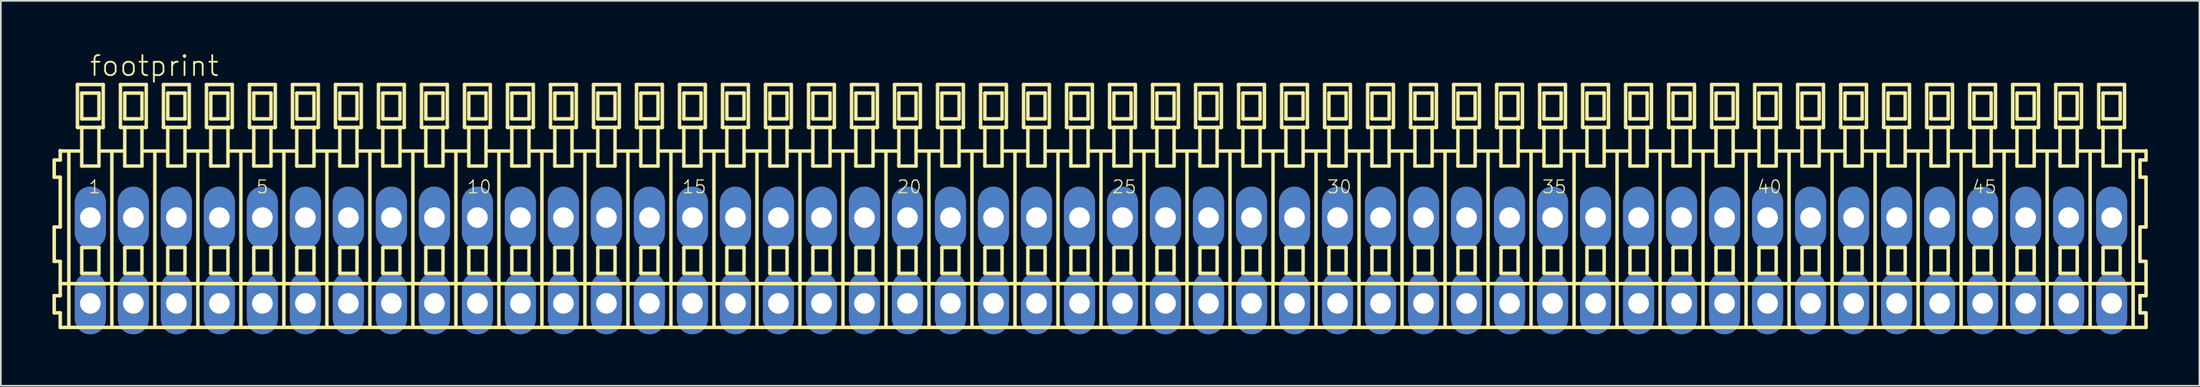
<source format=kicad_pcb>
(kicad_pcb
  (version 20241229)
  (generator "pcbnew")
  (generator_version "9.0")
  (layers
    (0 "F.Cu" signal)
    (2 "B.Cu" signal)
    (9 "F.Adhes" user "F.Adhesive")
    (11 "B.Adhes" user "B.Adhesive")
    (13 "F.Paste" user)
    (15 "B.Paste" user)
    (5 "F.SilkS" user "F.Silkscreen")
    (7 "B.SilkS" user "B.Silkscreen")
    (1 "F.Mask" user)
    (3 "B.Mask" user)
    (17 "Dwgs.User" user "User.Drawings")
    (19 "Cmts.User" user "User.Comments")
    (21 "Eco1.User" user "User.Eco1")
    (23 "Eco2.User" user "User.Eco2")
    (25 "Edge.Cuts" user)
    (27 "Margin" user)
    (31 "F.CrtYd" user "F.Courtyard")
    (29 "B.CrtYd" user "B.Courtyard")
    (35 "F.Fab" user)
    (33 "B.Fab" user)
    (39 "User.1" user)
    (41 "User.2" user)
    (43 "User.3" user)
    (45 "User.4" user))
  (footprint "footprint"
    (layer "F.Cu")
    (at 60.952 12.123)
    (property "Reference" "footprint" (at -58.85 -10.65 0) (layer "F.SilkS") (effects (font (size 1.168 1.168) (thickness 0.102)) (justify left bottom)))
    (fp_line (start -60.85 -5.85) (end -60.85 -4.85) (stroke (width 0.203) (type solid)) (layer "F.SilkS"))
    (fp_line (start -60.85 -4.85) (end -60.5 -4.85) (stroke (width 0.203) (type solid)) (layer "F.SilkS"))
    (fp_line (start -60.85 -1.95) (end -60.85 0.05) (stroke (width 0.203) (type solid)) (layer "F.SilkS"))
    (fp_line (start -60.85 0.05) (end -60.5 0.05) (stroke (width 0.203) (type solid)) (layer "F.SilkS"))
    (fp_line (start -60.85 2.05) (end -60.85 3.05) (stroke (width 0.203) (type solid)) (layer "F.SilkS"))
    (fp_line (start -60.85 3.05) (end -60.5 3.05) (stroke (width 0.203) (type solid)) (layer "F.SilkS"))
    (fp_line (start -60.5 -6.4) (end -60.5 -6.375) (stroke (width 0.203) (type solid)) (layer "F.SilkS"))
    (fp_line (start -60.5 -6.375) (end -60.5 -5.85) (stroke (width 0.203) (type solid)) (layer "F.SilkS"))
    (fp_line (start -60.5 -6.375) (end -59.375 -6.375) (stroke (width 0.203) (type solid)) (layer "F.SilkS"))
    (fp_line (start -60.5 -5.85) (end -60.85 -5.85) (stroke (width 0.203) (type solid)) (layer "F.SilkS"))
    (fp_line (start -60.5 -4.85) (end -60.5 -1.95) (stroke (width 0.203) (type solid)) (layer "F.SilkS"))
    (fp_line (start -60.5 -1.95) (end -60.85 -1.95) (stroke (width 0.203) (type solid)) (layer "F.SilkS"))
    (fp_line (start -60.5 0.05) (end -60.5 1.35) (stroke (width 0.203) (type solid)) (layer "F.SilkS"))
    (fp_line (start -60.5 1.35) (end -60.5 2.05) (stroke (width 0.203) (type solid)) (layer "F.SilkS"))
    (fp_line (start -60.5 1.35) (end 60.75 1.35) (stroke (width 0.203) (type solid)) (layer "F.SilkS"))
    (fp_line (start -60.5 2.05) (end -60.85 2.05) (stroke (width 0.203) (type solid)) (layer "F.SilkS"))
    (fp_line (start -60.5 3.05) (end -60.5 3.9) (stroke (width 0.203) (type solid)) (layer "F.SilkS"))
    (fp_line (start -60.5 3.9) (end 60.75 3.9) (stroke (width 0.203) (type solid)) (layer "F.SilkS"))
    (fp_line (start -60 -6.35) (end -60 3.8) (stroke (width 0.203) (type solid)) (layer "F.SilkS"))
    (fp_line (start -59.5 -10.25) (end -59.5 -7.75) (stroke (width 0.203) (type solid)) (layer "F.SilkS"))
    (fp_line (start -59.5 -7.75) (end -59.25 -7.75) (stroke (width 0.203) (type solid)) (layer "F.SilkS"))
    (fp_line (start -59.25 -9.75) (end -59.25 -8.25) (stroke (width 0.203) (type solid)) (layer "F.SilkS"))
    (fp_line (start -59.25 -8.25) (end -58.25 -8.25) (stroke (width 0.203) (type solid)) (layer "F.SilkS"))
    (fp_line (start -59.25 -7.75) (end -59.25 -5.5) (stroke (width 0.203) (type solid)) (layer "F.SilkS"))
    (fp_line (start -59.25 -7.75) (end -58.25 -7.75) (stroke (width 0.203) (type solid)) (layer "F.SilkS"))
    (fp_line (start -59.25 -5.5) (end -58.25 -5.5) (stroke (width 0.203) (type solid)) (layer "F.SilkS"))
    (fp_line (start -59.25 -0.75) (end -59.25 0.75) (stroke (width 0.203) (type solid)) (layer "F.SilkS"))
    (fp_line (start -59.25 0.75) (end -58.25 0.75) (stroke (width 0.203) (type solid)) (layer "F.SilkS"))
    (fp_line (start -58.25 -9.75) (end -59.25 -9.75) (stroke (width 0.203) (type solid)) (layer "F.SilkS"))
    (fp_line (start -58.25 -8.25) (end -58.25 -9.75) (stroke (width 0.203) (type solid)) (layer "F.SilkS"))
    (fp_line (start -58.25 -7.75) (end -58 -7.75) (stroke (width 0.203) (type solid)) (layer "F.SilkS"))
    (fp_line (start -58.25 -5.5) (end -58.25 -7.75) (stroke (width 0.203) (type solid)) (layer "F.SilkS"))
    (fp_line (start -58.25 -0.75) (end -59.25 -0.75) (stroke (width 0.203) (type solid)) (layer "F.SilkS"))
    (fp_line (start -58.25 0.75) (end -58.25 -0.75) (stroke (width 0.203) (type solid)) (layer "F.SilkS"))
    (fp_line (start -58.125 -6.375) (end -56.875 -6.375) (stroke (width 0.203) (type solid)) (layer "F.SilkS"))
    (fp_line (start -58 -10.25) (end -59.5 -10.25) (stroke (width 0.203) (type solid)) (layer "F.SilkS"))
    (fp_line (start -58 -7.75) (end -58 -10.25) (stroke (width 0.203) (type solid)) (layer "F.SilkS"))
    (fp_line (start -57.5 -6.35) (end -57.5 3.8) (stroke (width 0.203) (type solid)) (layer "F.SilkS"))
    (fp_line (start -57 -10.25) (end -57 -7.75) (stroke (width 0.203) (type solid)) (layer "F.SilkS"))
    (fp_line (start -57 -7.75) (end -56.75 -7.75) (stroke (width 0.203) (type solid)) (layer "F.SilkS"))
    (fp_line (start -56.75 -9.75) (end -56.75 -8.25) (stroke (width 0.203) (type solid)) (layer "F.SilkS"))
    (fp_line (start -56.75 -8.25) (end -55.75 -8.25) (stroke (width 0.203) (type solid)) (layer "F.SilkS"))
    (fp_line (start -56.75 -7.75) (end -56.75 -5.5) (stroke (width 0.203) (type solid)) (layer "F.SilkS"))
    (fp_line (start -56.75 -7.75) (end -55.75 -7.75) (stroke (width 0.203) (type solid)) (layer "F.SilkS"))
    (fp_line (start -56.75 -5.5) (end -55.75 -5.5) (stroke (width 0.203) (type solid)) (layer "F.SilkS"))
    (fp_line (start -56.75 -0.75) (end -56.75 0.75) (stroke (width 0.203) (type solid)) (layer "F.SilkS"))
    (fp_line (start -56.75 0.75) (end -55.75 0.75) (stroke (width 0.203) (type solid)) (layer "F.SilkS"))
    (fp_line (start -55.75 -9.75) (end -56.75 -9.75) (stroke (width 0.203) (type solid)) (layer "F.SilkS"))
    (fp_line (start -55.75 -8.25) (end -55.75 -9.75) (stroke (width 0.203) (type solid)) (layer "F.SilkS"))
    (fp_line (start -55.75 -7.75) (end -55.5 -7.75) (stroke (width 0.203) (type solid)) (layer "F.SilkS"))
    (fp_line (start -55.75 -5.5) (end -55.75 -7.75) (stroke (width 0.203) (type solid)) (layer "F.SilkS"))
    (fp_line (start -55.75 -0.75) (end -56.75 -0.75) (stroke (width 0.203) (type solid)) (layer "F.SilkS"))
    (fp_line (start -55.75 0.75) (end -55.75 -0.75) (stroke (width 0.203) (type solid)) (layer "F.SilkS"))
    (fp_line (start -55.625 -6.375) (end -54.375 -6.375) (stroke (width 0.203) (type solid)) (layer "F.SilkS"))
    (fp_line (start -55.5 -10.25) (end -57 -10.25) (stroke (width 0.203) (type solid)) (layer "F.SilkS"))
    (fp_line (start -55.5 -7.75) (end -55.5 -10.25) (stroke (width 0.203) (type solid)) (layer "F.SilkS"))
    (fp_line (start -55 -6.35) (end -55 3.8) (stroke (width 0.203) (type solid)) (layer "F.SilkS"))
    (fp_line (start -54.5 -10.25) (end -54.5 -7.75) (stroke (width 0.203) (type solid)) (layer "F.SilkS"))
    (fp_line (start -54.5 -7.75) (end -54.25 -7.75) (stroke (width 0.203) (type solid)) (layer "F.SilkS"))
    (fp_line (start -54.25 -9.75) (end -54.25 -8.25) (stroke (width 0.203) (type solid)) (layer "F.SilkS"))
    (fp_line (start -54.25 -8.25) (end -53.25 -8.25) (stroke (width 0.203) (type solid)) (layer "F.SilkS"))
    (fp_line (start -54.25 -7.75) (end -54.25 -5.5) (stroke (width 0.203) (type solid)) (layer "F.SilkS"))
    (fp_line (start -54.25 -7.75) (end -53.25 -7.75) (stroke (width 0.203) (type solid)) (layer "F.SilkS"))
    (fp_line (start -54.25 -5.5) (end -53.25 -5.5) (stroke (width 0.203) (type solid)) (layer "F.SilkS"))
    (fp_line (start -54.25 -0.75) (end -54.25 0.75) (stroke (width 0.203) (type solid)) (layer "F.SilkS"))
    (fp_line (start -54.25 0.75) (end -53.25 0.75) (stroke (width 0.203) (type solid)) (layer "F.SilkS"))
    (fp_line (start -53.25 -9.75) (end -54.25 -9.75) (stroke (width 0.203) (type solid)) (layer "F.SilkS"))
    (fp_line (start -53.25 -8.25) (end -53.25 -9.75) (stroke (width 0.203) (type solid)) (layer "F.SilkS"))
    (fp_line (start -53.25 -7.75) (end -53 -7.75) (stroke (width 0.203) (type solid)) (layer "F.SilkS"))
    (fp_line (start -53.25 -5.5) (end -53.25 -7.75) (stroke (width 0.203) (type solid)) (layer "F.SilkS"))
    (fp_line (start -53.25 -0.75) (end -54.25 -0.75) (stroke (width 0.203) (type solid)) (layer "F.SilkS"))
    (fp_line (start -53.25 0.75) (end -53.25 -0.75) (stroke (width 0.203) (type solid)) (layer "F.SilkS"))
    (fp_line (start -53.125 -6.375) (end -51.875 -6.375) (stroke (width 0.203) (type solid)) (layer "F.SilkS"))
    (fp_line (start -53 -10.25) (end -54.5 -10.25) (stroke (width 0.203) (type solid)) (layer "F.SilkS"))
    (fp_line (start -53 -7.75) (end -53 -10.25) (stroke (width 0.203) (type solid)) (layer "F.SilkS"))
    (fp_line (start -52.5 -6.35) (end -52.5 3.8) (stroke (width 0.203) (type solid)) (layer "F.SilkS"))
    (fp_line (start -52 -10.25) (end -52 -7.75) (stroke (width 0.203) (type solid)) (layer "F.SilkS"))
    (fp_line (start -52 -7.75) (end -51.75 -7.75) (stroke (width 0.203) (type solid)) (layer "F.SilkS"))
    (fp_line (start -51.75 -9.75) (end -51.75 -8.25) (stroke (width 0.203) (type solid)) (layer "F.SilkS"))
    (fp_line (start -51.75 -8.25) (end -50.75 -8.25) (stroke (width 0.203) (type solid)) (layer "F.SilkS"))
    (fp_line (start -51.75 -7.75) (end -51.75 -5.5) (stroke (width 0.203) (type solid)) (layer "F.SilkS"))
    (fp_line (start -51.75 -7.75) (end -50.75 -7.75) (stroke (width 0.203) (type solid)) (layer "F.SilkS"))
    (fp_line (start -51.75 -5.5) (end -50.75 -5.5) (stroke (width 0.203) (type solid)) (layer "F.SilkS"))
    (fp_line (start -51.75 -0.75) (end -51.75 0.75) (stroke (width 0.203) (type solid)) (layer "F.SilkS"))
    (fp_line (start -51.75 0.75) (end -50.75 0.75) (stroke (width 0.203) (type solid)) (layer "F.SilkS"))
    (fp_line (start -50.75 -9.75) (end -51.75 -9.75) (stroke (width 0.203) (type solid)) (layer "F.SilkS"))
    (fp_line (start -50.75 -8.25) (end -50.75 -9.75) (stroke (width 0.203) (type solid)) (layer "F.SilkS"))
    (fp_line (start -50.75 -7.75) (end -50.5 -7.75) (stroke (width 0.203) (type solid)) (layer "F.SilkS"))
    (fp_line (start -50.75 -5.5) (end -50.75 -7.75) (stroke (width 0.203) (type solid)) (layer "F.SilkS"))
    (fp_line (start -50.75 -0.75) (end -51.75 -0.75) (stroke (width 0.203) (type solid)) (layer "F.SilkS"))
    (fp_line (start -50.75 0.75) (end -50.75 -0.75) (stroke (width 0.203) (type solid)) (layer "F.SilkS"))
    (fp_line (start -50.625 -6.375) (end -49.375 -6.375) (stroke (width 0.203) (type solid)) (layer "F.SilkS"))
    (fp_line (start -50.5 -10.25) (end -52 -10.25) (stroke (width 0.203) (type solid)) (layer "F.SilkS"))
    (fp_line (start -50.5 -7.75) (end -50.5 -10.25) (stroke (width 0.203) (type solid)) (layer "F.SilkS"))
    (fp_line (start -50 -6.35) (end -50 3.8) (stroke (width 0.203) (type solid)) (layer "F.SilkS"))
    (fp_line (start -49.5 -10.25) (end -49.5 -7.75) (stroke (width 0.203) (type solid)) (layer "F.SilkS"))
    (fp_line (start -49.5 -7.75) (end -49.25 -7.75) (stroke (width 0.203) (type solid)) (layer "F.SilkS"))
    (fp_line (start -49.25 -9.75) (end -49.25 -8.25) (stroke (width 0.203) (type solid)) (layer "F.SilkS"))
    (fp_line (start -49.25 -8.25) (end -48.25 -8.25) (stroke (width 0.203) (type solid)) (layer "F.SilkS"))
    (fp_line (start -49.25 -7.75) (end -49.25 -5.5) (stroke (width 0.203) (type solid)) (layer "F.SilkS"))
    (fp_line (start -49.25 -7.75) (end -48.25 -7.75) (stroke (width 0.203) (type solid)) (layer "F.SilkS"))
    (fp_line (start -49.25 -5.5) (end -48.25 -5.5) (stroke (width 0.203) (type solid)) (layer "F.SilkS"))
    (fp_line (start -49.25 -0.75) (end -49.25 0.75) (stroke (width 0.203) (type solid)) (layer "F.SilkS"))
    (fp_line (start -49.25 0.75) (end -48.25 0.75) (stroke (width 0.203) (type solid)) (layer "F.SilkS"))
    (fp_line (start -48.25 -9.75) (end -49.25 -9.75) (stroke (width 0.203) (type solid)) (layer "F.SilkS"))
    (fp_line (start -48.25 -8.25) (end -48.25 -9.75) (stroke (width 0.203) (type solid)) (layer "F.SilkS"))
    (fp_line (start -48.25 -7.75) (end -48 -7.75) (stroke (width 0.203) (type solid)) (layer "F.SilkS"))
    (fp_line (start -48.25 -5.5) (end -48.25 -7.75) (stroke (width 0.203) (type solid)) (layer "F.SilkS"))
    (fp_line (start -48.25 -0.75) (end -49.25 -0.75) (stroke (width 0.203) (type solid)) (layer "F.SilkS"))
    (fp_line (start -48.25 0.75) (end -48.25 -0.75) (stroke (width 0.203) (type solid)) (layer "F.SilkS"))
    (fp_line (start -48.125 -6.375) (end -46.875 -6.375) (stroke (width 0.203) (type solid)) (layer "F.SilkS"))
    (fp_line (start -48 -10.25) (end -49.5 -10.25) (stroke (width 0.203) (type solid)) (layer "F.SilkS"))
    (fp_line (start -48 -7.75) (end -48 -10.25) (stroke (width 0.203) (type solid)) (layer "F.SilkS"))
    (fp_line (start -47.5 -6.35) (end -47.5 3.8) (stroke (width 0.203) (type solid)) (layer "F.SilkS"))
    (fp_line (start -47 -10.25) (end -47 -7.75) (stroke (width 0.203) (type solid)) (layer "F.SilkS"))
    (fp_line (start -47 -7.75) (end -46.75 -7.75) (stroke (width 0.203) (type solid)) (layer "F.SilkS"))
    (fp_line (start -46.75 -9.75) (end -46.75 -8.25) (stroke (width 0.203) (type solid)) (layer "F.SilkS"))
    (fp_line (start -46.75 -8.25) (end -45.75 -8.25) (stroke (width 0.203) (type solid)) (layer "F.SilkS"))
    (fp_line (start -46.75 -7.75) (end -46.75 -5.5) (stroke (width 0.203) (type solid)) (layer "F.SilkS"))
    (fp_line (start -46.75 -7.75) (end -45.75 -7.75) (stroke (width 0.203) (type solid)) (layer "F.SilkS"))
    (fp_line (start -46.75 -5.5) (end -45.75 -5.5) (stroke (width 0.203) (type solid)) (layer "F.SilkS"))
    (fp_line (start -46.75 -0.75) (end -46.75 0.75) (stroke (width 0.203) (type solid)) (layer "F.SilkS"))
    (fp_line (start -46.75 0.75) (end -45.75 0.75) (stroke (width 0.203) (type solid)) (layer "F.SilkS"))
    (fp_line (start -45.75 -9.75) (end -46.75 -9.75) (stroke (width 0.203) (type solid)) (layer "F.SilkS"))
    (fp_line (start -45.75 -8.25) (end -45.75 -9.75) (stroke (width 0.203) (type solid)) (layer "F.SilkS"))
    (fp_line (start -45.75 -7.75) (end -45.5 -7.75) (stroke (width 0.203) (type solid)) (layer "F.SilkS"))
    (fp_line (start -45.75 -5.5) (end -45.75 -7.75) (stroke (width 0.203) (type solid)) (layer "F.SilkS"))
    (fp_line (start -45.75 -0.75) (end -46.75 -0.75) (stroke (width 0.203) (type solid)) (layer "F.SilkS"))
    (fp_line (start -45.75 0.75) (end -45.75 -0.75) (stroke (width 0.203) (type solid)) (layer "F.SilkS"))
    (fp_line (start -45.625 -6.375) (end -44.375 -6.375) (stroke (width 0.203) (type solid)) (layer "F.SilkS"))
    (fp_line (start -45.5 -10.25) (end -47 -10.25) (stroke (width 0.203) (type solid)) (layer "F.SilkS"))
    (fp_line (start -45.5 -7.75) (end -45.5 -10.25) (stroke (width 0.203) (type solid)) (layer "F.SilkS"))
    (fp_line (start -45 -6.35) (end -45 3.8) (stroke (width 0.203) (type solid)) (layer "F.SilkS"))
    (fp_line (start -44.5 -10.25) (end -44.5 -7.75) (stroke (width 0.203) (type solid)) (layer "F.SilkS"))
    (fp_line (start -44.5 -7.75) (end -44.25 -7.75) (stroke (width 0.203) (type solid)) (layer "F.SilkS"))
    (fp_line (start -44.25 -9.75) (end -44.25 -8.25) (stroke (width 0.203) (type solid)) (layer "F.SilkS"))
    (fp_line (start -44.25 -8.25) (end -43.25 -8.25) (stroke (width 0.203) (type solid)) (layer "F.SilkS"))
    (fp_line (start -44.25 -7.75) (end -44.25 -5.5) (stroke (width 0.203) (type solid)) (layer "F.SilkS"))
    (fp_line (start -44.25 -7.75) (end -43.25 -7.75) (stroke (width 0.203) (type solid)) (layer "F.SilkS"))
    (fp_line (start -44.25 -5.5) (end -43.25 -5.5) (stroke (width 0.203) (type solid)) (layer "F.SilkS"))
    (fp_line (start -44.25 -0.75) (end -44.25 0.75) (stroke (width 0.203) (type solid)) (layer "F.SilkS"))
    (fp_line (start -44.25 0.75) (end -43.25 0.75) (stroke (width 0.203) (type solid)) (layer "F.SilkS"))
    (fp_line (start -43.25 -9.75) (end -44.25 -9.75) (stroke (width 0.203) (type solid)) (layer "F.SilkS"))
    (fp_line (start -43.25 -8.25) (end -43.25 -9.75) (stroke (width 0.203) (type solid)) (layer "F.SilkS"))
    (fp_line (start -43.25 -7.75) (end -43 -7.75) (stroke (width 0.203) (type solid)) (layer "F.SilkS"))
    (fp_line (start -43.25 -5.5) (end -43.25 -7.75) (stroke (width 0.203) (type solid)) (layer "F.SilkS"))
    (fp_line (start -43.25 -0.75) (end -44.25 -0.75) (stroke (width 0.203) (type solid)) (layer "F.SilkS"))
    (fp_line (start -43.25 0.75) (end -43.25 -0.75) (stroke (width 0.203) (type solid)) (layer "F.SilkS"))
    (fp_line (start -43.125 -6.375) (end -41.875 -6.375) (stroke (width 0.203) (type solid)) (layer "F.SilkS"))
    (fp_line (start -43 -10.25) (end -44.5 -10.25) (stroke (width 0.203) (type solid)) (layer "F.SilkS"))
    (fp_line (start -43 -7.75) (end -43 -10.25) (stroke (width 0.203) (type solid)) (layer "F.SilkS"))
    (fp_line (start -42.5 -6.35) (end -42.5 3.8) (stroke (width 0.203) (type solid)) (layer "F.SilkS"))
    (fp_line (start -42 -10.25) (end -42 -7.75) (stroke (width 0.203) (type solid)) (layer "F.SilkS"))
    (fp_line (start -42 -7.75) (end -41.75 -7.75) (stroke (width 0.203) (type solid)) (layer "F.SilkS"))
    (fp_line (start -41.75 -9.75) (end -41.75 -8.25) (stroke (width 0.203) (type solid)) (layer "F.SilkS"))
    (fp_line (start -41.75 -8.25) (end -40.75 -8.25) (stroke (width 0.203) (type solid)) (layer "F.SilkS"))
    (fp_line (start -41.75 -7.75) (end -41.75 -5.5) (stroke (width 0.203) (type solid)) (layer "F.SilkS"))
    (fp_line (start -41.75 -7.75) (end -40.75 -7.75) (stroke (width 0.203) (type solid)) (layer "F.SilkS"))
    (fp_line (start -41.75 -5.5) (end -40.75 -5.5) (stroke (width 0.203) (type solid)) (layer "F.SilkS"))
    (fp_line (start -41.75 -0.75) (end -41.75 0.75) (stroke (width 0.203) (type solid)) (layer "F.SilkS"))
    (fp_line (start -41.75 0.75) (end -40.75 0.75) (stroke (width 0.203) (type solid)) (layer "F.SilkS"))
    (fp_line (start -40.75 -9.75) (end -41.75 -9.75) (stroke (width 0.203) (type solid)) (layer "F.SilkS"))
    (fp_line (start -40.75 -8.25) (end -40.75 -9.75) (stroke (width 0.203) (type solid)) (layer "F.SilkS"))
    (fp_line (start -40.75 -7.75) (end -40.5 -7.75) (stroke (width 0.203) (type solid)) (layer "F.SilkS"))
    (fp_line (start -40.75 -5.5) (end -40.75 -7.75) (stroke (width 0.203) (type solid)) (layer "F.SilkS"))
    (fp_line (start -40.75 -0.75) (end -41.75 -0.75) (stroke (width 0.203) (type solid)) (layer "F.SilkS"))
    (fp_line (start -40.75 0.75) (end -40.75 -0.75) (stroke (width 0.203) (type solid)) (layer "F.SilkS"))
    (fp_line (start -40.625 -6.375) (end -39.375 -6.375) (stroke (width 0.203) (type solid)) (layer "F.SilkS"))
    (fp_line (start -40.5 -10.25) (end -42 -10.25) (stroke (width 0.203) (type solid)) (layer "F.SilkS"))
    (fp_line (start -40.5 -7.75) (end -40.5 -10.25) (stroke (width 0.203) (type solid)) (layer "F.SilkS"))
    (fp_line (start -40 -6.35) (end -40 3.8) (stroke (width 0.203) (type solid)) (layer "F.SilkS"))
    (fp_line (start -39.5 -10.25) (end -39.5 -7.75) (stroke (width 0.203) (type solid)) (layer "F.SilkS"))
    (fp_line (start -39.5 -7.75) (end -39.25 -7.75) (stroke (width 0.203) (type solid)) (layer "F.SilkS"))
    (fp_line (start -39.25 -9.75) (end -39.25 -8.25) (stroke (width 0.203) (type solid)) (layer "F.SilkS"))
    (fp_line (start -39.25 -8.25) (end -38.25 -8.25) (stroke (width 0.203) (type solid)) (layer "F.SilkS"))
    (fp_line (start -39.25 -7.75) (end -39.25 -5.5) (stroke (width 0.203) (type solid)) (layer "F.SilkS"))
    (fp_line (start -39.25 -7.75) (end -38.25 -7.75) (stroke (width 0.203) (type solid)) (layer "F.SilkS"))
    (fp_line (start -39.25 -5.5) (end -38.25 -5.5) (stroke (width 0.203) (type solid)) (layer "F.SilkS"))
    (fp_line (start -39.25 -0.75) (end -39.25 0.75) (stroke (width 0.203) (type solid)) (layer "F.SilkS"))
    (fp_line (start -39.25 0.75) (end -38.25 0.75) (stroke (width 0.203) (type solid)) (layer "F.SilkS"))
    (fp_line (start -38.25 -9.75) (end -39.25 -9.75) (stroke (width 0.203) (type solid)) (layer "F.SilkS"))
    (fp_line (start -38.25 -8.25) (end -38.25 -9.75) (stroke (width 0.203) (type solid)) (layer "F.SilkS"))
    (fp_line (start -38.25 -7.75) (end -38 -7.75) (stroke (width 0.203) (type solid)) (layer "F.SilkS"))
    (fp_line (start -38.25 -5.5) (end -38.25 -7.75) (stroke (width 0.203) (type solid)) (layer "F.SilkS"))
    (fp_line (start -38.25 -0.75) (end -39.25 -0.75) (stroke (width 0.203) (type solid)) (layer "F.SilkS"))
    (fp_line (start -38.25 0.75) (end -38.25 -0.75) (stroke (width 0.203) (type solid)) (layer "F.SilkS"))
    (fp_line (start -38.125 -6.375) (end -36.875 -6.375) (stroke (width 0.203) (type solid)) (layer "F.SilkS"))
    (fp_line (start -38 -10.25) (end -39.5 -10.25) (stroke (width 0.203) (type solid)) (layer "F.SilkS"))
    (fp_line (start -38 -7.75) (end -38 -10.25) (stroke (width 0.203) (type solid)) (layer "F.SilkS"))
    (fp_line (start -37.5 -6.35) (end -37.5 3.8) (stroke (width 0.203) (type solid)) (layer "F.SilkS"))
    (fp_line (start -37 -10.25) (end -37 -7.75) (stroke (width 0.203) (type solid)) (layer "F.SilkS"))
    (fp_line (start -37 -7.75) (end -36.75 -7.75) (stroke (width 0.203) (type solid)) (layer "F.SilkS"))
    (fp_line (start -36.75 -9.75) (end -36.75 -8.25) (stroke (width 0.203) (type solid)) (layer "F.SilkS"))
    (fp_line (start -36.75 -8.25) (end -35.75 -8.25) (stroke (width 0.203) (type solid)) (layer "F.SilkS"))
    (fp_line (start -36.75 -7.75) (end -36.75 -5.5) (stroke (width 0.203) (type solid)) (layer "F.SilkS"))
    (fp_line (start -36.75 -7.75) (end -35.75 -7.75) (stroke (width 0.203) (type solid)) (layer "F.SilkS"))
    (fp_line (start -36.75 -5.5) (end -35.75 -5.5) (stroke (width 0.203) (type solid)) (layer "F.SilkS"))
    (fp_line (start -36.75 -0.75) (end -36.75 0.75) (stroke (width 0.203) (type solid)) (layer "F.SilkS"))
    (fp_line (start -36.75 0.75) (end -35.75 0.75) (stroke (width 0.203) (type solid)) (layer "F.SilkS"))
    (fp_line (start -35.75 -9.75) (end -36.75 -9.75) (stroke (width 0.203) (type solid)) (layer "F.SilkS"))
    (fp_line (start -35.75 -8.25) (end -35.75 -9.75) (stroke (width 0.203) (type solid)) (layer "F.SilkS"))
    (fp_line (start -35.75 -7.75) (end -35.5 -7.75) (stroke (width 0.203) (type solid)) (layer "F.SilkS"))
    (fp_line (start -35.75 -5.5) (end -35.75 -7.75) (stroke (width 0.203) (type solid)) (layer "F.SilkS"))
    (fp_line (start -35.75 -0.75) (end -36.75 -0.75) (stroke (width 0.203) (type solid)) (layer "F.SilkS"))
    (fp_line (start -35.75 0.75) (end -35.75 -0.75) (stroke (width 0.203) (type solid)) (layer "F.SilkS"))
    (fp_line (start -35.625 -6.375) (end -34.375 -6.375) (stroke (width 0.203) (type solid)) (layer "F.SilkS"))
    (fp_line (start -35.5 -10.25) (end -37 -10.25) (stroke (width 0.203) (type solid)) (layer "F.SilkS"))
    (fp_line (start -35.5 -7.75) (end -35.5 -10.25) (stroke (width 0.203) (type solid)) (layer "F.SilkS"))
    (fp_line (start -35 -6.35) (end -35 3.8) (stroke (width 0.203) (type solid)) (layer "F.SilkS"))
    (fp_line (start -34.5 -10.25) (end -34.5 -7.75) (stroke (width 0.203) (type solid)) (layer "F.SilkS"))
    (fp_line (start -34.5 -7.75) (end -34.25 -7.75) (stroke (width 0.203) (type solid)) (layer "F.SilkS"))
    (fp_line (start -34.25 -9.75) (end -34.25 -8.25) (stroke (width 0.203) (type solid)) (layer "F.SilkS"))
    (fp_line (start -34.25 -8.25) (end -33.25 -8.25) (stroke (width 0.203) (type solid)) (layer "F.SilkS"))
    (fp_line (start -34.25 -7.75) (end -34.25 -5.5) (stroke (width 0.203) (type solid)) (layer "F.SilkS"))
    (fp_line (start -34.25 -7.75) (end -33.25 -7.75) (stroke (width 0.203) (type solid)) (layer "F.SilkS"))
    (fp_line (start -34.25 -5.5) (end -33.25 -5.5) (stroke (width 0.203) (type solid)) (layer "F.SilkS"))
    (fp_line (start -34.25 -0.75) (end -34.25 0.75) (stroke (width 0.203) (type solid)) (layer "F.SilkS"))
    (fp_line (start -34.25 0.75) (end -33.25 0.75) (stroke (width 0.203) (type solid)) (layer "F.SilkS"))
    (fp_line (start -33.25 -9.75) (end -34.25 -9.75) (stroke (width 0.203) (type solid)) (layer "F.SilkS"))
    (fp_line (start -33.25 -8.25) (end -33.25 -9.75) (stroke (width 0.203) (type solid)) (layer "F.SilkS"))
    (fp_line (start -33.25 -7.75) (end -33 -7.75) (stroke (width 0.203) (type solid)) (layer "F.SilkS"))
    (fp_line (start -33.25 -5.5) (end -33.25 -7.75) (stroke (width 0.203) (type solid)) (layer "F.SilkS"))
    (fp_line (start -33.25 -0.75) (end -34.25 -0.75) (stroke (width 0.203) (type solid)) (layer "F.SilkS"))
    (fp_line (start -33.25 0.75) (end -33.25 -0.75) (stroke (width 0.203) (type solid)) (layer "F.SilkS"))
    (fp_line (start -33.125 -6.375) (end -31.875 -6.375) (stroke (width 0.203) (type solid)) (layer "F.SilkS"))
    (fp_line (start -33 -10.25) (end -34.5 -10.25) (stroke (width 0.203) (type solid)) (layer "F.SilkS"))
    (fp_line (start -33 -7.75) (end -33 -10.25) (stroke (width 0.203) (type solid)) (layer "F.SilkS"))
    (fp_line (start -32.5 -6.35) (end -32.5 3.8) (stroke (width 0.203) (type solid)) (layer "F.SilkS"))
    (fp_line (start -32 -10.25) (end -32 -7.75) (stroke (width 0.203) (type solid)) (layer "F.SilkS"))
    (fp_line (start -32 -7.75) (end -31.75 -7.75) (stroke (width 0.203) (type solid)) (layer "F.SilkS"))
    (fp_line (start -31.75 -9.75) (end -31.75 -8.25) (stroke (width 0.203) (type solid)) (layer "F.SilkS"))
    (fp_line (start -31.75 -8.25) (end -30.75 -8.25) (stroke (width 0.203) (type solid)) (layer "F.SilkS"))
    (fp_line (start -31.75 -7.75) (end -31.75 -5.5) (stroke (width 0.203) (type solid)) (layer "F.SilkS"))
    (fp_line (start -31.75 -7.75) (end -30.75 -7.75) (stroke (width 0.203) (type solid)) (layer "F.SilkS"))
    (fp_line (start -31.75 -5.5) (end -30.75 -5.5) (stroke (width 0.203) (type solid)) (layer "F.SilkS"))
    (fp_line (start -31.75 -0.75) (end -31.75 0.75) (stroke (width 0.203) (type solid)) (layer "F.SilkS"))
    (fp_line (start -31.75 0.75) (end -30.75 0.75) (stroke (width 0.203) (type solid)) (layer "F.SilkS"))
    (fp_line (start -30.75 -9.75) (end -31.75 -9.75) (stroke (width 0.203) (type solid)) (layer "F.SilkS"))
    (fp_line (start -30.75 -8.25) (end -30.75 -9.75) (stroke (width 0.203) (type solid)) (layer "F.SilkS"))
    (fp_line (start -30.75 -7.75) (end -30.5 -7.75) (stroke (width 0.203) (type solid)) (layer "F.SilkS"))
    (fp_line (start -30.75 -5.5) (end -30.75 -7.75) (stroke (width 0.203) (type solid)) (layer "F.SilkS"))
    (fp_line (start -30.75 -0.75) (end -31.75 -0.75) (stroke (width 0.203) (type solid)) (layer "F.SilkS"))
    (fp_line (start -30.75 0.75) (end -30.75 -0.75) (stroke (width 0.203) (type solid)) (layer "F.SilkS"))
    (fp_line (start -30.625 -6.375) (end -29.375 -6.375) (stroke (width 0.203) (type solid)) (layer "F.SilkS"))
    (fp_line (start -30.5 -10.25) (end -32 -10.25) (stroke (width 0.203) (type solid)) (layer "F.SilkS"))
    (fp_line (start -30.5 -7.75) (end -30.5 -10.25) (stroke (width 0.203) (type solid)) (layer "F.SilkS"))
    (fp_line (start -30 -6.35) (end -30 3.8) (stroke (width 0.203) (type solid)) (layer "F.SilkS"))
    (fp_line (start -29.5 -10.25) (end -29.5 -7.75) (stroke (width 0.203) (type solid)) (layer "F.SilkS"))
    (fp_line (start -29.5 -7.75) (end -29.25 -7.75) (stroke (width 0.203) (type solid)) (layer "F.SilkS"))
    (fp_line (start -29.25 -9.75) (end -29.25 -8.25) (stroke (width 0.203) (type solid)) (layer "F.SilkS"))
    (fp_line (start -29.25 -8.25) (end -28.25 -8.25) (stroke (width 0.203) (type solid)) (layer "F.SilkS"))
    (fp_line (start -29.25 -7.75) (end -29.25 -5.5) (stroke (width 0.203) (type solid)) (layer "F.SilkS"))
    (fp_line (start -29.25 -7.75) (end -28.25 -7.75) (stroke (width 0.203) (type solid)) (layer "F.SilkS"))
    (fp_line (start -29.25 -5.5) (end -28.25 -5.5) (stroke (width 0.203) (type solid)) (layer "F.SilkS"))
    (fp_line (start -29.25 -0.75) (end -29.25 0.75) (stroke (width 0.203) (type solid)) (layer "F.SilkS"))
    (fp_line (start -29.25 0.75) (end -28.25 0.75) (stroke (width 0.203) (type solid)) (layer "F.SilkS"))
    (fp_line (start -28.25 -9.75) (end -29.25 -9.75) (stroke (width 0.203) (type solid)) (layer "F.SilkS"))
    (fp_line (start -28.25 -8.25) (end -28.25 -9.75) (stroke (width 0.203) (type solid)) (layer "F.SilkS"))
    (fp_line (start -28.25 -7.75) (end -28 -7.75) (stroke (width 0.203) (type solid)) (layer "F.SilkS"))
    (fp_line (start -28.25 -5.5) (end -28.25 -7.75) (stroke (width 0.203) (type solid)) (layer "F.SilkS"))
    (fp_line (start -28.25 -0.75) (end -29.25 -0.75) (stroke (width 0.203) (type solid)) (layer "F.SilkS"))
    (fp_line (start -28.25 0.75) (end -28.25 -0.75) (stroke (width 0.203) (type solid)) (layer "F.SilkS"))
    (fp_line (start -28.125 -6.375) (end -26.875 -6.375) (stroke (width 0.203) (type solid)) (layer "F.SilkS"))
    (fp_line (start -28 -10.25) (end -29.5 -10.25) (stroke (width 0.203) (type solid)) (layer "F.SilkS"))
    (fp_line (start -28 -7.75) (end -28 -10.25) (stroke (width 0.203) (type solid)) (layer "F.SilkS"))
    (fp_line (start -27.5 -6.35) (end -27.5 3.8) (stroke (width 0.203) (type solid)) (layer "F.SilkS"))
    (fp_line (start -27 -10.25) (end -27 -7.75) (stroke (width 0.203) (type solid)) (layer "F.SilkS"))
    (fp_line (start -27 -7.75) (end -26.75 -7.75) (stroke (width 0.203) (type solid)) (layer "F.SilkS"))
    (fp_line (start -26.75 -9.75) (end -26.75 -8.25) (stroke (width 0.203) (type solid)) (layer "F.SilkS"))
    (fp_line (start -26.75 -8.25) (end -25.75 -8.25) (stroke (width 0.203) (type solid)) (layer "F.SilkS"))
    (fp_line (start -26.75 -7.75) (end -26.75 -5.5) (stroke (width 0.203) (type solid)) (layer "F.SilkS"))
    (fp_line (start -26.75 -7.75) (end -25.75 -7.75) (stroke (width 0.203) (type solid)) (layer "F.SilkS"))
    (fp_line (start -26.75 -5.5) (end -25.75 -5.5) (stroke (width 0.203) (type solid)) (layer "F.SilkS"))
    (fp_line (start -26.75 -0.75) (end -26.75 0.75) (stroke (width 0.203) (type solid)) (layer "F.SilkS"))
    (fp_line (start -26.75 0.75) (end -25.75 0.75) (stroke (width 0.203) (type solid)) (layer "F.SilkS"))
    (fp_line (start -25.75 -9.75) (end -26.75 -9.75) (stroke (width 0.203) (type solid)) (layer "F.SilkS"))
    (fp_line (start -25.75 -8.25) (end -25.75 -9.75) (stroke (width 0.203) (type solid)) (layer "F.SilkS"))
    (fp_line (start -25.75 -7.75) (end -25.5 -7.75) (stroke (width 0.203) (type solid)) (layer "F.SilkS"))
    (fp_line (start -25.75 -5.5) (end -25.75 -7.75) (stroke (width 0.203) (type solid)) (layer "F.SilkS"))
    (fp_line (start -25.75 -0.75) (end -26.75 -0.75) (stroke (width 0.203) (type solid)) (layer "F.SilkS"))
    (fp_line (start -25.75 0.75) (end -25.75 -0.75) (stroke (width 0.203) (type solid)) (layer "F.SilkS"))
    (fp_line (start -25.625 -6.375) (end -24.375 -6.375) (stroke (width 0.203) (type solid)) (layer "F.SilkS"))
    (fp_line (start -25.5 -10.25) (end -27 -10.25) (stroke (width 0.203) (type solid)) (layer "F.SilkS"))
    (fp_line (start -25.5 -7.75) (end -25.5 -10.25) (stroke (width 0.203) (type solid)) (layer "F.SilkS"))
    (fp_line (start -25 -6.35) (end -25 3.8) (stroke (width 0.203) (type solid)) (layer "F.SilkS"))
    (fp_line (start -24.5 -10.25) (end -24.5 -7.75) (stroke (width 0.203) (type solid)) (layer "F.SilkS"))
    (fp_line (start -24.5 -7.75) (end -24.25 -7.75) (stroke (width 0.203) (type solid)) (layer "F.SilkS"))
    (fp_line (start -24.25 -9.75) (end -24.25 -8.25) (stroke (width 0.203) (type solid)) (layer "F.SilkS"))
    (fp_line (start -24.25 -8.25) (end -23.25 -8.25) (stroke (width 0.203) (type solid)) (layer "F.SilkS"))
    (fp_line (start -24.25 -7.75) (end -24.25 -5.5) (stroke (width 0.203) (type solid)) (layer "F.SilkS"))
    (fp_line (start -24.25 -7.75) (end -23.25 -7.75) (stroke (width 0.203) (type solid)) (layer "F.SilkS"))
    (fp_line (start -24.25 -5.5) (end -23.25 -5.5) (stroke (width 0.203) (type solid)) (layer "F.SilkS"))
    (fp_line (start -24.25 -0.75) (end -24.25 0.75) (stroke (width 0.203) (type solid)) (layer "F.SilkS"))
    (fp_line (start -24.25 0.75) (end -23.25 0.75) (stroke (width 0.203) (type solid)) (layer "F.SilkS"))
    (fp_line (start -23.25 -9.75) (end -24.25 -9.75) (stroke (width 0.203) (type solid)) (layer "F.SilkS"))
    (fp_line (start -23.25 -8.25) (end -23.25 -9.75) (stroke (width 0.203) (type solid)) (layer "F.SilkS"))
    (fp_line (start -23.25 -7.75) (end -23 -7.75) (stroke (width 0.203) (type solid)) (layer "F.SilkS"))
    (fp_line (start -23.25 -5.5) (end -23.25 -7.75) (stroke (width 0.203) (type solid)) (layer "F.SilkS"))
    (fp_line (start -23.25 -0.75) (end -24.25 -0.75) (stroke (width 0.203) (type solid)) (layer "F.SilkS"))
    (fp_line (start -23.25 0.75) (end -23.25 -0.75) (stroke (width 0.203) (type solid)) (layer "F.SilkS"))
    (fp_line (start -23.125 -6.375) (end -21.875 -6.375) (stroke (width 0.203) (type solid)) (layer "F.SilkS"))
    (fp_line (start -23 -10.25) (end -24.5 -10.25) (stroke (width 0.203) (type solid)) (layer "F.SilkS"))
    (fp_line (start -23 -7.75) (end -23 -10.25) (stroke (width 0.203) (type solid)) (layer "F.SilkS"))
    (fp_line (start -22.5 -6.35) (end -22.5 3.8) (stroke (width 0.203) (type solid)) (layer "F.SilkS"))
    (fp_line (start -22 -10.25) (end -22 -7.75) (stroke (width 0.203) (type solid)) (layer "F.SilkS"))
    (fp_line (start -22 -7.75) (end -21.75 -7.75) (stroke (width 0.203) (type solid)) (layer "F.SilkS"))
    (fp_line (start -21.75 -9.75) (end -21.75 -8.25) (stroke (width 0.203) (type solid)) (layer "F.SilkS"))
    (fp_line (start -21.75 -8.25) (end -20.75 -8.25) (stroke (width 0.203) (type solid)) (layer "F.SilkS"))
    (fp_line (start -21.75 -7.75) (end -21.75 -5.5) (stroke (width 0.203) (type solid)) (layer "F.SilkS"))
    (fp_line (start -21.75 -7.75) (end -20.75 -7.75) (stroke (width 0.203) (type solid)) (layer "F.SilkS"))
    (fp_line (start -21.75 -5.5) (end -20.75 -5.5) (stroke (width 0.203) (type solid)) (layer "F.SilkS"))
    (fp_line (start -21.75 -0.75) (end -21.75 0.75) (stroke (width 0.203) (type solid)) (layer "F.SilkS"))
    (fp_line (start -21.75 0.75) (end -20.75 0.75) (stroke (width 0.203) (type solid)) (layer "F.SilkS"))
    (fp_line (start -20.75 -9.75) (end -21.75 -9.75) (stroke (width 0.203) (type solid)) (layer "F.SilkS"))
    (fp_line (start -20.75 -8.25) (end -20.75 -9.75) (stroke (width 0.203) (type solid)) (layer "F.SilkS"))
    (fp_line (start -20.75 -7.75) (end -20.5 -7.75) (stroke (width 0.203) (type solid)) (layer "F.SilkS"))
    (fp_line (start -20.75 -5.5) (end -20.75 -7.75) (stroke (width 0.203) (type solid)) (layer "F.SilkS"))
    (fp_line (start -20.75 -0.75) (end -21.75 -0.75) (stroke (width 0.203) (type solid)) (layer "F.SilkS"))
    (fp_line (start -20.75 0.75) (end -20.75 -0.75) (stroke (width 0.203) (type solid)) (layer "F.SilkS"))
    (fp_line (start -20.625 -6.375) (end -19.375 -6.375) (stroke (width 0.203) (type solid)) (layer "F.SilkS"))
    (fp_line (start -20.5 -10.25) (end -22 -10.25) (stroke (width 0.203) (type solid)) (layer "F.SilkS"))
    (fp_line (start -20.5 -7.75) (end -20.5 -10.25) (stroke (width 0.203) (type solid)) (layer "F.SilkS"))
    (fp_line (start -20 -6.35) (end -20 3.8) (stroke (width 0.203) (type solid)) (layer "F.SilkS"))
    (fp_line (start -19.5 -10.25) (end -19.5 -7.75) (stroke (width 0.203) (type solid)) (layer "F.SilkS"))
    (fp_line (start -19.5 -7.75) (end -19.25 -7.75) (stroke (width 0.203) (type solid)) (layer "F.SilkS"))
    (fp_line (start -19.25 -9.75) (end -19.25 -8.25) (stroke (width 0.203) (type solid)) (layer "F.SilkS"))
    (fp_line (start -19.25 -8.25) (end -18.25 -8.25) (stroke (width 0.203) (type solid)) (layer "F.SilkS"))
    (fp_line (start -19.25 -7.75) (end -19.25 -5.5) (stroke (width 0.203) (type solid)) (layer "F.SilkS"))
    (fp_line (start -19.25 -7.75) (end -18.25 -7.75) (stroke (width 0.203) (type solid)) (layer "F.SilkS"))
    (fp_line (start -19.25 -5.5) (end -18.25 -5.5) (stroke (width 0.203) (type solid)) (layer "F.SilkS"))
    (fp_line (start -19.25 -0.75) (end -19.25 0.75) (stroke (width 0.203) (type solid)) (layer "F.SilkS"))
    (fp_line (start -19.25 0.75) (end -18.25 0.75) (stroke (width 0.203) (type solid)) (layer "F.SilkS"))
    (fp_line (start -18.25 -9.75) (end -19.25 -9.75) (stroke (width 0.203) (type solid)) (layer "F.SilkS"))
    (fp_line (start -18.25 -8.25) (end -18.25 -9.75) (stroke (width 0.203) (type solid)) (layer "F.SilkS"))
    (fp_line (start -18.25 -7.75) (end -18 -7.75) (stroke (width 0.203) (type solid)) (layer "F.SilkS"))
    (fp_line (start -18.25 -5.5) (end -18.25 -7.75) (stroke (width 0.203) (type solid)) (layer "F.SilkS"))
    (fp_line (start -18.25 -0.75) (end -19.25 -0.75) (stroke (width 0.203) (type solid)) (layer "F.SilkS"))
    (fp_line (start -18.25 0.75) (end -18.25 -0.75) (stroke (width 0.203) (type solid)) (layer "F.SilkS"))
    (fp_line (start -18.125 -6.375) (end -16.875 -6.375) (stroke (width 0.203) (type solid)) (layer "F.SilkS"))
    (fp_line (start -18 -10.25) (end -19.5 -10.25) (stroke (width 0.203) (type solid)) (layer "F.SilkS"))
    (fp_line (start -18 -7.75) (end -18 -10.25) (stroke (width 0.203) (type solid)) (layer "F.SilkS"))
    (fp_line (start -17.5 -6.35) (end -17.5 3.8) (stroke (width 0.203) (type solid)) (layer "F.SilkS"))
    (fp_line (start -17 -10.25) (end -17 -7.75) (stroke (width 0.203) (type solid)) (layer "F.SilkS"))
    (fp_line (start -17 -7.75) (end -16.75 -7.75) (stroke (width 0.203) (type solid)) (layer "F.SilkS"))
    (fp_line (start -16.75 -9.75) (end -16.75 -8.25) (stroke (width 0.203) (type solid)) (layer "F.SilkS"))
    (fp_line (start -16.75 -8.25) (end -15.75 -8.25) (stroke (width 0.203) (type solid)) (layer "F.SilkS"))
    (fp_line (start -16.75 -7.75) (end -16.75 -5.5) (stroke (width 0.203) (type solid)) (layer "F.SilkS"))
    (fp_line (start -16.75 -7.75) (end -15.75 -7.75) (stroke (width 0.203) (type solid)) (layer "F.SilkS"))
    (fp_line (start -16.75 -5.5) (end -15.75 -5.5) (stroke (width 0.203) (type solid)) (layer "F.SilkS"))
    (fp_line (start -16.75 -0.75) (end -16.75 0.75) (stroke (width 0.203) (type solid)) (layer "F.SilkS"))
    (fp_line (start -16.75 0.75) (end -15.75 0.75) (stroke (width 0.203) (type solid)) (layer "F.SilkS"))
    (fp_line (start -15.75 -9.75) (end -16.75 -9.75) (stroke (width 0.203) (type solid)) (layer "F.SilkS"))
    (fp_line (start -15.75 -8.25) (end -15.75 -9.75) (stroke (width 0.203) (type solid)) (layer "F.SilkS"))
    (fp_line (start -15.75 -7.75) (end -15.5 -7.75) (stroke (width 0.203) (type solid)) (layer "F.SilkS"))
    (fp_line (start -15.75 -5.5) (end -15.75 -7.75) (stroke (width 0.203) (type solid)) (layer "F.SilkS"))
    (fp_line (start -15.75 -0.75) (end -16.75 -0.75) (stroke (width 0.203) (type solid)) (layer "F.SilkS"))
    (fp_line (start -15.75 0.75) (end -15.75 -0.75) (stroke (width 0.203) (type solid)) (layer "F.SilkS"))
    (fp_line (start -15.625 -6.375) (end -14.375 -6.375) (stroke (width 0.203) (type solid)) (layer "F.SilkS"))
    (fp_line (start -15.5 -10.25) (end -17 -10.25) (stroke (width 0.203) (type solid)) (layer "F.SilkS"))
    (fp_line (start -15.5 -7.75) (end -15.5 -10.25) (stroke (width 0.203) (type solid)) (layer "F.SilkS"))
    (fp_line (start -15 -6.35) (end -15 3.8) (stroke (width 0.203) (type solid)) (layer "F.SilkS"))
    (fp_line (start -14.5 -10.25) (end -14.5 -7.75) (stroke (width 0.203) (type solid)) (layer "F.SilkS"))
    (fp_line (start -14.5 -7.75) (end -14.25 -7.75) (stroke (width 0.203) (type solid)) (layer "F.SilkS"))
    (fp_line (start -14.25 -9.75) (end -14.25 -8.25) (stroke (width 0.203) (type solid)) (layer "F.SilkS"))
    (fp_line (start -14.25 -8.25) (end -13.25 -8.25) (stroke (width 0.203) (type solid)) (layer "F.SilkS"))
    (fp_line (start -14.25 -7.75) (end -14.25 -5.5) (stroke (width 0.203) (type solid)) (layer "F.SilkS"))
    (fp_line (start -14.25 -7.75) (end -13.25 -7.75) (stroke (width 0.203) (type solid)) (layer "F.SilkS"))
    (fp_line (start -14.25 -5.5) (end -13.25 -5.5) (stroke (width 0.203) (type solid)) (layer "F.SilkS"))
    (fp_line (start -14.25 -0.75) (end -14.25 0.75) (stroke (width 0.203) (type solid)) (layer "F.SilkS"))
    (fp_line (start -14.25 0.75) (end -13.25 0.75) (stroke (width 0.203) (type solid)) (layer "F.SilkS"))
    (fp_line (start -13.25 -9.75) (end -14.25 -9.75) (stroke (width 0.203) (type solid)) (layer "F.SilkS"))
    (fp_line (start -13.25 -8.25) (end -13.25 -9.75) (stroke (width 0.203) (type solid)) (layer "F.SilkS"))
    (fp_line (start -13.25 -7.75) (end -13 -7.75) (stroke (width 0.203) (type solid)) (layer "F.SilkS"))
    (fp_line (start -13.25 -5.5) (end -13.25 -7.75) (stroke (width 0.203) (type solid)) (layer "F.SilkS"))
    (fp_line (start -13.25 -0.75) (end -14.25 -0.75) (stroke (width 0.203) (type solid)) (layer "F.SilkS"))
    (fp_line (start -13.25 0.75) (end -13.25 -0.75) (stroke (width 0.203) (type solid)) (layer "F.SilkS"))
    (fp_line (start -13.125 -6.375) (end -11.875 -6.375) (stroke (width 0.203) (type solid)) (layer "F.SilkS"))
    (fp_line (start -13 -10.25) (end -14.5 -10.25) (stroke (width 0.203) (type solid)) (layer "F.SilkS"))
    (fp_line (start -13 -7.75) (end -13 -10.25) (stroke (width 0.203) (type solid)) (layer "F.SilkS"))
    (fp_line (start -12.5 -6.35) (end -12.5 3.8) (stroke (width 0.203) (type solid)) (layer "F.SilkS"))
    (fp_line (start -12 -10.25) (end -12 -7.75) (stroke (width 0.203) (type solid)) (layer "F.SilkS"))
    (fp_line (start -12 -7.75) (end -11.75 -7.75) (stroke (width 0.203) (type solid)) (layer "F.SilkS"))
    (fp_line (start -11.75 -9.75) (end -11.75 -8.25) (stroke (width 0.203) (type solid)) (layer "F.SilkS"))
    (fp_line (start -11.75 -8.25) (end -10.75 -8.25) (stroke (width 0.203) (type solid)) (layer "F.SilkS"))
    (fp_line (start -11.75 -7.75) (end -11.75 -5.5) (stroke (width 0.203) (type solid)) (layer "F.SilkS"))
    (fp_line (start -11.75 -7.75) (end -10.75 -7.75) (stroke (width 0.203) (type solid)) (layer "F.SilkS"))
    (fp_line (start -11.75 -5.5) (end -10.75 -5.5) (stroke (width 0.203) (type solid)) (layer "F.SilkS"))
    (fp_line (start -11.75 -0.75) (end -11.75 0.75) (stroke (width 0.203) (type solid)) (layer "F.SilkS"))
    (fp_line (start -11.75 0.75) (end -10.75 0.75) (stroke (width 0.203) (type solid)) (layer "F.SilkS"))
    (fp_line (start -10.75 -9.75) (end -11.75 -9.75) (stroke (width 0.203) (type solid)) (layer "F.SilkS"))
    (fp_line (start -10.75 -8.25) (end -10.75 -9.75) (stroke (width 0.203) (type solid)) (layer "F.SilkS"))
    (fp_line (start -10.75 -7.75) (end -10.5 -7.75) (stroke (width 0.203) (type solid)) (layer "F.SilkS"))
    (fp_line (start -10.75 -5.5) (end -10.75 -7.75) (stroke (width 0.203) (type solid)) (layer "F.SilkS"))
    (fp_line (start -10.75 -0.75) (end -11.75 -0.75) (stroke (width 0.203) (type solid)) (layer "F.SilkS"))
    (fp_line (start -10.75 0.75) (end -10.75 -0.75) (stroke (width 0.203) (type solid)) (layer "F.SilkS"))
    (fp_line (start -10.625 -6.375) (end -9.375 -6.375) (stroke (width 0.203) (type solid)) (layer "F.SilkS"))
    (fp_line (start -10.5 -10.25) (end -12 -10.25) (stroke (width 0.203) (type solid)) (layer "F.SilkS"))
    (fp_line (start -10.5 -7.75) (end -10.5 -10.25) (stroke (width 0.203) (type solid)) (layer "F.SilkS"))
    (fp_line (start -10 -6.35) (end -10 3.8) (stroke (width 0.203) (type solid)) (layer "F.SilkS"))
    (fp_line (start -9.5 -10.25) (end -9.5 -7.75) (stroke (width 0.203) (type solid)) (layer "F.SilkS"))
    (fp_line (start -9.5 -7.75) (end -9.25 -7.75) (stroke (width 0.203) (type solid)) (layer "F.SilkS"))
    (fp_line (start -9.25 -9.75) (end -9.25 -8.25) (stroke (width 0.203) (type solid)) (layer "F.SilkS"))
    (fp_line (start -9.25 -8.25) (end -8.25 -8.25) (stroke (width 0.203) (type solid)) (layer "F.SilkS"))
    (fp_line (start -9.25 -7.75) (end -9.25 -5.5) (stroke (width 0.203) (type solid)) (layer "F.SilkS"))
    (fp_line (start -9.25 -7.75) (end -8.25 -7.75) (stroke (width 0.203) (type solid)) (layer "F.SilkS"))
    (fp_line (start -9.25 -5.5) (end -8.25 -5.5) (stroke (width 0.203) (type solid)) (layer "F.SilkS"))
    (fp_line (start -9.25 -0.75) (end -9.25 0.75) (stroke (width 0.203) (type solid)) (layer "F.SilkS"))
    (fp_line (start -9.25 0.75) (end -8.25 0.75) (stroke (width 0.203) (type solid)) (layer "F.SilkS"))
    (fp_line (start -8.25 -9.75) (end -9.25 -9.75) (stroke (width 0.203) (type solid)) (layer "F.SilkS"))
    (fp_line (start -8.25 -8.25) (end -8.25 -9.75) (stroke (width 0.203) (type solid)) (layer "F.SilkS"))
    (fp_line (start -8.25 -7.75) (end -8 -7.75) (stroke (width 0.203) (type solid)) (layer "F.SilkS"))
    (fp_line (start -8.25 -5.5) (end -8.25 -7.75) (stroke (width 0.203) (type solid)) (layer "F.SilkS"))
    (fp_line (start -8.25 -0.75) (end -9.25 -0.75) (stroke (width 0.203) (type solid)) (layer "F.SilkS"))
    (fp_line (start -8.25 0.75) (end -8.25 -0.75) (stroke (width 0.203) (type solid)) (layer "F.SilkS"))
    (fp_line (start -8.125 -6.375) (end -6.875 -6.375) (stroke (width 0.203) (type solid)) (layer "F.SilkS"))
    (fp_line (start -8 -10.25) (end -9.5 -10.25) (stroke (width 0.203) (type solid)) (layer "F.SilkS"))
    (fp_line (start -8 -7.75) (end -8 -10.25) (stroke (width 0.203) (type solid)) (layer "F.SilkS"))
    (fp_line (start -7.5 -6.35) (end -7.5 3.8) (stroke (width 0.203) (type solid)) (layer "F.SilkS"))
    (fp_line (start -7 -10.25) (end -7 -7.75) (stroke (width 0.203) (type solid)) (layer "F.SilkS"))
    (fp_line (start -7 -7.75) (end -6.75 -7.75) (stroke (width 0.203) (type solid)) (layer "F.SilkS"))
    (fp_line (start -6.75 -9.75) (end -6.75 -8.25) (stroke (width 0.203) (type solid)) (layer "F.SilkS"))
    (fp_line (start -6.75 -8.25) (end -5.75 -8.25) (stroke (width 0.203) (type solid)) (layer "F.SilkS"))
    (fp_line (start -6.75 -7.75) (end -6.75 -5.5) (stroke (width 0.203) (type solid)) (layer "F.SilkS"))
    (fp_line (start -6.75 -7.75) (end -5.75 -7.75) (stroke (width 0.203) (type solid)) (layer "F.SilkS"))
    (fp_line (start -6.75 -5.5) (end -5.75 -5.5) (stroke (width 0.203) (type solid)) (layer "F.SilkS"))
    (fp_line (start -6.75 -0.75) (end -6.75 0.75) (stroke (width 0.203) (type solid)) (layer "F.SilkS"))
    (fp_line (start -6.75 0.75) (end -5.75 0.75) (stroke (width 0.203) (type solid)) (layer "F.SilkS"))
    (fp_line (start -5.75 -9.75) (end -6.75 -9.75) (stroke (width 0.203) (type solid)) (layer "F.SilkS"))
    (fp_line (start -5.75 -8.25) (end -5.75 -9.75) (stroke (width 0.203) (type solid)) (layer "F.SilkS"))
    (fp_line (start -5.75 -7.75) (end -5.5 -7.75) (stroke (width 0.203) (type solid)) (layer "F.SilkS"))
    (fp_line (start -5.75 -5.5) (end -5.75 -7.75) (stroke (width 0.203) (type solid)) (layer "F.SilkS"))
    (fp_line (start -5.75 -0.75) (end -6.75 -0.75) (stroke (width 0.203) (type solid)) (layer "F.SilkS"))
    (fp_line (start -5.75 0.75) (end -5.75 -0.75) (stroke (width 0.203) (type solid)) (layer "F.SilkS"))
    (fp_line (start -5.625 -6.375) (end -4.375 -6.375) (stroke (width 0.203) (type solid)) (layer "F.SilkS"))
    (fp_line (start -5.5 -10.25) (end -7 -10.25) (stroke (width 0.203) (type solid)) (layer "F.SilkS"))
    (fp_line (start -5.5 -7.75) (end -5.5 -10.25) (stroke (width 0.203) (type solid)) (layer "F.SilkS"))
    (fp_line (start -5 -6.35) (end -5 3.8) (stroke (width 0.203) (type solid)) (layer "F.SilkS"))
    (fp_line (start -4.5 -10.25) (end -4.5 -7.75) (stroke (width 0.203) (type solid)) (layer "F.SilkS"))
    (fp_line (start -4.5 -7.75) (end -4.25 -7.75) (stroke (width 0.203) (type solid)) (layer "F.SilkS"))
    (fp_line (start -4.25 -9.75) (end -4.25 -8.25) (stroke (width 0.203) (type solid)) (layer "F.SilkS"))
    (fp_line (start -4.25 -8.25) (end -3.25 -8.25) (stroke (width 0.203) (type solid)) (layer "F.SilkS"))
    (fp_line (start -4.25 -7.75) (end -4.25 -5.5) (stroke (width 0.203) (type solid)) (layer "F.SilkS"))
    (fp_line (start -4.25 -7.75) (end -3.25 -7.75) (stroke (width 0.203) (type solid)) (layer "F.SilkS"))
    (fp_line (start -4.25 -5.5) (end -3.25 -5.5) (stroke (width 0.203) (type solid)) (layer "F.SilkS"))
    (fp_line (start -4.25 -0.75) (end -4.25 0.75) (stroke (width 0.203) (type solid)) (layer "F.SilkS"))
    (fp_line (start -4.25 0.75) (end -3.25 0.75) (stroke (width 0.203) (type solid)) (layer "F.SilkS"))
    (fp_line (start -3.25 -9.75) (end -4.25 -9.75) (stroke (width 0.203) (type solid)) (layer "F.SilkS"))
    (fp_line (start -3.25 -8.25) (end -3.25 -9.75) (stroke (width 0.203) (type solid)) (layer "F.SilkS"))
    (fp_line (start -3.25 -7.75) (end -3 -7.75) (stroke (width 0.203) (type solid)) (layer "F.SilkS"))
    (fp_line (start -3.25 -5.5) (end -3.25 -7.75) (stroke (width 0.203) (type solid)) (layer "F.SilkS"))
    (fp_line (start -3.25 -0.75) (end -4.25 -0.75) (stroke (width 0.203) (type solid)) (layer "F.SilkS"))
    (fp_line (start -3.25 0.75) (end -3.25 -0.75) (stroke (width 0.203) (type solid)) (layer "F.SilkS"))
    (fp_line (start -3.125 -6.375) (end -1.875 -6.375) (stroke (width 0.203) (type solid)) (layer "F.SilkS"))
    (fp_line (start -3 -10.25) (end -4.5 -10.25) (stroke (width 0.203) (type solid)) (layer "F.SilkS"))
    (fp_line (start -3 -7.75) (end -3 -10.25) (stroke (width 0.203) (type solid)) (layer "F.SilkS"))
    (fp_line (start -2.5 -6.35) (end -2.5 3.8) (stroke (width 0.203) (type solid)) (layer "F.SilkS"))
    (fp_line (start -2 -10.25) (end -2 -7.75) (stroke (width 0.203) (type solid)) (layer "F.SilkS"))
    (fp_line (start -2 -7.75) (end -1.75 -7.75) (stroke (width 0.203) (type solid)) (layer "F.SilkS"))
    (fp_line (start -1.75 -9.75) (end -1.75 -8.25) (stroke (width 0.203) (type solid)) (layer "F.SilkS"))
    (fp_line (start -1.75 -8.25) (end -0.75 -8.25) (stroke (width 0.203) (type solid)) (layer "F.SilkS"))
    (fp_line (start -1.75 -7.75) (end -1.75 -5.5) (stroke (width 0.203) (type solid)) (layer "F.SilkS"))
    (fp_line (start -1.75 -7.75) (end -0.75 -7.75) (stroke (width 0.203) (type solid)) (layer "F.SilkS"))
    (fp_line (start -1.75 -5.5) (end -0.75 -5.5) (stroke (width 0.203) (type solid)) (layer "F.SilkS"))
    (fp_line (start -1.75 -0.75) (end -1.75 0.75) (stroke (width 0.203) (type solid)) (layer "F.SilkS"))
    (fp_line (start -1.75 0.75) (end -0.75 0.75) (stroke (width 0.203) (type solid)) (layer "F.SilkS"))
    (fp_line (start -0.75 -9.75) (end -1.75 -9.75) (stroke (width 0.203) (type solid)) (layer "F.SilkS"))
    (fp_line (start -0.75 -8.25) (end -0.75 -9.75) (stroke (width 0.203) (type solid)) (layer "F.SilkS"))
    (fp_line (start -0.75 -7.75) (end -0.5 -7.75) (stroke (width 0.203) (type solid)) (layer "F.SilkS"))
    (fp_line (start -0.75 -5.5) (end -0.75 -7.75) (stroke (width 0.203) (type solid)) (layer "F.SilkS"))
    (fp_line (start -0.75 -0.75) (end -1.75 -0.75) (stroke (width 0.203) (type solid)) (layer "F.SilkS"))
    (fp_line (start -0.75 0.75) (end -0.75 -0.75) (stroke (width 0.203) (type solid)) (layer "F.SilkS"))
    (fp_line (start -0.625 -6.375) (end 0.625 -6.375) (stroke (width 0.203) (type solid)) (layer "F.SilkS"))
    (fp_line (start -0.5 -10.25) (end -2 -10.25) (stroke (width 0.203) (type solid)) (layer "F.SilkS"))
    (fp_line (start -0.5 -7.75) (end -0.5 -10.25) (stroke (width 0.203) (type solid)) (layer "F.SilkS"))
    (fp_line (start 0 -6.35) (end 0 3.8) (stroke (width 0.203) (type solid)) (layer "F.SilkS"))
    (fp_line (start 0.5 -10.25) (end 0.5 -7.75) (stroke (width 0.203) (type solid)) (layer "F.SilkS"))
    (fp_line (start 0.5 -7.75) (end 0.75 -7.75) (stroke (width 0.203) (type solid)) (layer "F.SilkS"))
    (fp_line (start 0.75 -9.75) (end 0.75 -8.25) (stroke (width 0.203) (type solid)) (layer "F.SilkS"))
    (fp_line (start 0.75 -8.25) (end 1.75 -8.25) (stroke (width 0.203) (type solid)) (layer "F.SilkS"))
    (fp_line (start 0.75 -7.75) (end 0.75 -5.5) (stroke (width 0.203) (type solid)) (layer "F.SilkS"))
    (fp_line (start 0.75 -7.75) (end 1.75 -7.75) (stroke (width 0.203) (type solid)) (layer "F.SilkS"))
    (fp_line (start 0.75 -5.5) (end 1.75 -5.5) (stroke (width 0.203) (type solid)) (layer "F.SilkS"))
    (fp_line (start 0.75 -0.75) (end 0.75 0.75) (stroke (width 0.203) (type solid)) (layer "F.SilkS"))
    (fp_line (start 0.75 0.75) (end 1.75 0.75) (stroke (width 0.203) (type solid)) (layer "F.SilkS"))
    (fp_line (start 1.75 -9.75) (end 0.75 -9.75) (stroke (width 0.203) (type solid)) (layer "F.SilkS"))
    (fp_line (start 1.75 -8.25) (end 1.75 -9.75) (stroke (width 0.203) (type solid)) (layer "F.SilkS"))
    (fp_line (start 1.75 -7.75) (end 2 -7.75) (stroke (width 0.203) (type solid)) (layer "F.SilkS"))
    (fp_line (start 1.75 -5.5) (end 1.75 -7.75) (stroke (width 0.203) (type solid)) (layer "F.SilkS"))
    (fp_line (start 1.75 -0.75) (end 0.75 -0.75) (stroke (width 0.203) (type solid)) (layer "F.SilkS"))
    (fp_line (start 1.75 0.75) (end 1.75 -0.75) (stroke (width 0.203) (type solid)) (layer "F.SilkS"))
    (fp_line (start 1.875 -6.375) (end 3.125 -6.375) (stroke (width 0.203) (type solid)) (layer "F.SilkS"))
    (fp_line (start 2 -10.25) (end 0.5 -10.25) (stroke (width 0.203) (type solid)) (layer "F.SilkS"))
    (fp_line (start 2 -7.75) (end 2 -10.25) (stroke (width 0.203) (type solid)) (layer "F.SilkS"))
    (fp_line (start 2.5 -6.35) (end 2.5 3.8) (stroke (width 0.203) (type solid)) (layer "F.SilkS"))
    (fp_line (start 3 -10.25) (end 3 -7.75) (stroke (width 0.203) (type solid)) (layer "F.SilkS"))
    (fp_line (start 3 -7.75) (end 3.25 -7.75) (stroke (width 0.203) (type solid)) (layer "F.SilkS"))
    (fp_line (start 3.25 -9.75) (end 3.25 -8.25) (stroke (width 0.203) (type solid)) (layer "F.SilkS"))
    (fp_line (start 3.25 -8.25) (end 4.25 -8.25) (stroke (width 0.203) (type solid)) (layer "F.SilkS"))
    (fp_line (start 3.25 -7.75) (end 3.25 -5.5) (stroke (width 0.203) (type solid)) (layer "F.SilkS"))
    (fp_line (start 3.25 -7.75) (end 4.25 -7.75) (stroke (width 0.203) (type solid)) (layer "F.SilkS"))
    (fp_line (start 3.25 -5.5) (end 4.25 -5.5) (stroke (width 0.203) (type solid)) (layer "F.SilkS"))
    (fp_line (start 3.25 -0.75) (end 3.25 0.75) (stroke (width 0.203) (type solid)) (layer "F.SilkS"))
    (fp_line (start 3.25 0.75) (end 4.25 0.75) (stroke (width 0.203) (type solid)) (layer "F.SilkS"))
    (fp_line (start 4.25 -9.75) (end 3.25 -9.75) (stroke (width 0.203) (type solid)) (layer "F.SilkS"))
    (fp_line (start 4.25 -8.25) (end 4.25 -9.75) (stroke (width 0.203) (type solid)) (layer "F.SilkS"))
    (fp_line (start 4.25 -7.75) (end 4.5 -7.75) (stroke (width 0.203) (type solid)) (layer "F.SilkS"))
    (fp_line (start 4.25 -5.5) (end 4.25 -7.75) (stroke (width 0.203) (type solid)) (layer "F.SilkS"))
    (fp_line (start 4.25 -0.75) (end 3.25 -0.75) (stroke (width 0.203) (type solid)) (layer "F.SilkS"))
    (fp_line (start 4.25 0.75) (end 4.25 -0.75) (stroke (width 0.203) (type solid)) (layer "F.SilkS"))
    (fp_line (start 4.375 -6.375) (end 5.625 -6.375) (stroke (width 0.203) (type solid)) (layer "F.SilkS"))
    (fp_line (start 4.5 -10.25) (end 3 -10.25) (stroke (width 0.203) (type solid)) (layer "F.SilkS"))
    (fp_line (start 4.5 -7.75) (end 4.5 -10.25) (stroke (width 0.203) (type solid)) (layer "F.SilkS"))
    (fp_line (start 5 -6.35) (end 5 3.8) (stroke (width 0.203) (type solid)) (layer "F.SilkS"))
    (fp_line (start 5.5 -10.25) (end 5.5 -7.75) (stroke (width 0.203) (type solid)) (layer "F.SilkS"))
    (fp_line (start 5.5 -7.75) (end 5.75 -7.75) (stroke (width 0.203) (type solid)) (layer "F.SilkS"))
    (fp_line (start 5.75 -9.75) (end 5.75 -8.25) (stroke (width 0.203) (type solid)) (layer "F.SilkS"))
    (fp_line (start 5.75 -8.25) (end 6.75 -8.25) (stroke (width 0.203) (type solid)) (layer "F.SilkS"))
    (fp_line (start 5.75 -7.75) (end 5.75 -5.5) (stroke (width 0.203) (type solid)) (layer "F.SilkS"))
    (fp_line (start 5.75 -7.75) (end 6.75 -7.75) (stroke (width 0.203) (type solid)) (layer "F.SilkS"))
    (fp_line (start 5.75 -5.5) (end 6.75 -5.5) (stroke (width 0.203) (type solid)) (layer "F.SilkS"))
    (fp_line (start 5.75 -0.75) (end 5.75 0.75) (stroke (width 0.203) (type solid)) (layer "F.SilkS"))
    (fp_line (start 5.75 0.75) (end 6.75 0.75) (stroke (width 0.203) (type solid)) (layer "F.SilkS"))
    (fp_line (start 6.75 -9.75) (end 5.75 -9.75) (stroke (width 0.203) (type solid)) (layer "F.SilkS"))
    (fp_line (start 6.75 -8.25) (end 6.75 -9.75) (stroke (width 0.203) (type solid)) (layer "F.SilkS"))
    (fp_line (start 6.75 -7.75) (end 7 -7.75) (stroke (width 0.203) (type solid)) (layer "F.SilkS"))
    (fp_line (start 6.75 -5.5) (end 6.75 -7.75) (stroke (width 0.203) (type solid)) (layer "F.SilkS"))
    (fp_line (start 6.75 -0.75) (end 5.75 -0.75) (stroke (width 0.203) (type solid)) (layer "F.SilkS"))
    (fp_line (start 6.75 0.75) (end 6.75 -0.75) (stroke (width 0.203) (type solid)) (layer "F.SilkS"))
    (fp_line (start 6.875 -6.375) (end 8.125 -6.375) (stroke (width 0.203) (type solid)) (layer "F.SilkS"))
    (fp_line (start 7 -10.25) (end 5.5 -10.25) (stroke (width 0.203) (type solid)) (layer "F.SilkS"))
    (fp_line (start 7 -7.75) (end 7 -10.25) (stroke (width 0.203) (type solid)) (layer "F.SilkS"))
    (fp_line (start 7.5 -6.35) (end 7.5 3.8) (stroke (width 0.203) (type solid)) (layer "F.SilkS"))
    (fp_line (start 8 -10.25) (end 8 -7.75) (stroke (width 0.203) (type solid)) (layer "F.SilkS"))
    (fp_line (start 8 -7.75) (end 8.25 -7.75) (stroke (width 0.203) (type solid)) (layer "F.SilkS"))
    (fp_line (start 8.25 -9.75) (end 8.25 -8.25) (stroke (width 0.203) (type solid)) (layer "F.SilkS"))
    (fp_line (start 8.25 -8.25) (end 9.25 -8.25) (stroke (width 0.203) (type solid)) (layer "F.SilkS"))
    (fp_line (start 8.25 -7.75) (end 8.25 -5.5) (stroke (width 0.203) (type solid)) (layer "F.SilkS"))
    (fp_line (start 8.25 -7.75) (end 9.25 -7.75) (stroke (width 0.203) (type solid)) (layer "F.SilkS"))
    (fp_line (start 8.25 -5.5) (end 9.25 -5.5) (stroke (width 0.203) (type solid)) (layer "F.SilkS"))
    (fp_line (start 8.25 -0.75) (end 8.25 0.75) (stroke (width 0.203) (type solid)) (layer "F.SilkS"))
    (fp_line (start 8.25 0.75) (end 9.25 0.75) (stroke (width 0.203) (type solid)) (layer "F.SilkS"))
    (fp_line (start 9.25 -9.75) (end 8.25 -9.75) (stroke (width 0.203) (type solid)) (layer "F.SilkS"))
    (fp_line (start 9.25 -8.25) (end 9.25 -9.75) (stroke (width 0.203) (type solid)) (layer "F.SilkS"))
    (fp_line (start 9.25 -7.75) (end 9.5 -7.75) (stroke (width 0.203) (type solid)) (layer "F.SilkS"))
    (fp_line (start 9.25 -5.5) (end 9.25 -7.75) (stroke (width 0.203) (type solid)) (layer "F.SilkS"))
    (fp_line (start 9.25 -0.75) (end 8.25 -0.75) (stroke (width 0.203) (type solid)) (layer "F.SilkS"))
    (fp_line (start 9.25 0.75) (end 9.25 -0.75) (stroke (width 0.203) (type solid)) (layer "F.SilkS"))
    (fp_line (start 9.375 -6.375) (end 10.625 -6.375) (stroke (width 0.203) (type solid)) (layer "F.SilkS"))
    (fp_line (start 9.5 -10.25) (end 8 -10.25) (stroke (width 0.203) (type solid)) (layer "F.SilkS"))
    (fp_line (start 9.5 -7.75) (end 9.5 -10.25) (stroke (width 0.203) (type solid)) (layer "F.SilkS"))
    (fp_line (start 10 -6.35) (end 10 3.8) (stroke (width 0.203) (type solid)) (layer "F.SilkS"))
    (fp_line (start 10.5 -10.25) (end 10.5 -7.75) (stroke (width 0.203) (type solid)) (layer "F.SilkS"))
    (fp_line (start 10.5 -7.75) (end 10.75 -7.75) (stroke (width 0.203) (type solid)) (layer "F.SilkS"))
    (fp_line (start 10.75 -9.75) (end 10.75 -8.25) (stroke (width 0.203) (type solid)) (layer "F.SilkS"))
    (fp_line (start 10.75 -8.25) (end 11.75 -8.25) (stroke (width 0.203) (type solid)) (layer "F.SilkS"))
    (fp_line (start 10.75 -7.75) (end 10.75 -5.5) (stroke (width 0.203) (type solid)) (layer "F.SilkS"))
    (fp_line (start 10.75 -7.75) (end 11.75 -7.75) (stroke (width 0.203) (type solid)) (layer "F.SilkS"))
    (fp_line (start 10.75 -5.5) (end 11.75 -5.5) (stroke (width 0.203) (type solid)) (layer "F.SilkS"))
    (fp_line (start 10.75 -0.75) (end 10.75 0.75) (stroke (width 0.203) (type solid)) (layer "F.SilkS"))
    (fp_line (start 10.75 0.75) (end 11.75 0.75) (stroke (width 0.203) (type solid)) (layer "F.SilkS"))
    (fp_line (start 11.75 -9.75) (end 10.75 -9.75) (stroke (width 0.203) (type solid)) (layer "F.SilkS"))
    (fp_line (start 11.75 -8.25) (end 11.75 -9.75) (stroke (width 0.203) (type solid)) (layer "F.SilkS"))
    (fp_line (start 11.75 -7.75) (end 12 -7.75) (stroke (width 0.203) (type solid)) (layer "F.SilkS"))
    (fp_line (start 11.75 -5.5) (end 11.75 -7.75) (stroke (width 0.203) (type solid)) (layer "F.SilkS"))
    (fp_line (start 11.75 -0.75) (end 10.75 -0.75) (stroke (width 0.203) (type solid)) (layer "F.SilkS"))
    (fp_line (start 11.75 0.75) (end 11.75 -0.75) (stroke (width 0.203) (type solid)) (layer "F.SilkS"))
    (fp_line (start 11.875 -6.375) (end 13.125 -6.375) (stroke (width 0.203) (type solid)) (layer "F.SilkS"))
    (fp_line (start 12 -10.25) (end 10.5 -10.25) (stroke (width 0.203) (type solid)) (layer "F.SilkS"))
    (fp_line (start 12 -7.75) (end 12 -10.25) (stroke (width 0.203) (type solid)) (layer "F.SilkS"))
    (fp_line (start 12.5 -6.35) (end 12.5 3.8) (stroke (width 0.203) (type solid)) (layer "F.SilkS"))
    (fp_line (start 13 -10.25) (end 13 -7.75) (stroke (width 0.203) (type solid)) (layer "F.SilkS"))
    (fp_line (start 13 -7.75) (end 13.25 -7.75) (stroke (width 0.203) (type solid)) (layer "F.SilkS"))
    (fp_line (start 13.25 -9.75) (end 13.25 -8.25) (stroke (width 0.203) (type solid)) (layer "F.SilkS"))
    (fp_line (start 13.25 -8.25) (end 14.25 -8.25) (stroke (width 0.203) (type solid)) (layer "F.SilkS"))
    (fp_line (start 13.25 -7.75) (end 13.25 -5.5) (stroke (width 0.203) (type solid)) (layer "F.SilkS"))
    (fp_line (start 13.25 -7.75) (end 14.25 -7.75) (stroke (width 0.203) (type solid)) (layer "F.SilkS"))
    (fp_line (start 13.25 -5.5) (end 14.25 -5.5) (stroke (width 0.203) (type solid)) (layer "F.SilkS"))
    (fp_line (start 13.25 -0.75) (end 13.25 0.75) (stroke (width 0.203) (type solid)) (layer "F.SilkS"))
    (fp_line (start 13.25 0.75) (end 14.25 0.75) (stroke (width 0.203) (type solid)) (layer "F.SilkS"))
    (fp_line (start 14.25 -9.75) (end 13.25 -9.75) (stroke (width 0.203) (type solid)) (layer "F.SilkS"))
    (fp_line (start 14.25 -8.25) (end 14.25 -9.75) (stroke (width 0.203) (type solid)) (layer "F.SilkS"))
    (fp_line (start 14.25 -7.75) (end 14.5 -7.75) (stroke (width 0.203) (type solid)) (layer "F.SilkS"))
    (fp_line (start 14.25 -5.5) (end 14.25 -7.75) (stroke (width 0.203) (type solid)) (layer "F.SilkS"))
    (fp_line (start 14.25 -0.75) (end 13.25 -0.75) (stroke (width 0.203) (type solid)) (layer "F.SilkS"))
    (fp_line (start 14.25 0.75) (end 14.25 -0.75) (stroke (width 0.203) (type solid)) (layer "F.SilkS"))
    (fp_line (start 14.375 -6.375) (end 15.625 -6.375) (stroke (width 0.203) (type solid)) (layer "F.SilkS"))
    (fp_line (start 14.5 -10.25) (end 13 -10.25) (stroke (width 0.203) (type solid)) (layer "F.SilkS"))
    (fp_line (start 14.5 -7.75) (end 14.5 -10.25) (stroke (width 0.203) (type solid)) (layer "F.SilkS"))
    (fp_line (start 15 -6.35) (end 15 3.8) (stroke (width 0.203) (type solid)) (layer "F.SilkS"))
    (fp_line (start 15.5 -10.25) (end 15.5 -7.75) (stroke (width 0.203) (type solid)) (layer "F.SilkS"))
    (fp_line (start 15.5 -7.75) (end 15.75 -7.75) (stroke (width 0.203) (type solid)) (layer "F.SilkS"))
    (fp_line (start 15.75 -9.75) (end 15.75 -8.25) (stroke (width 0.203) (type solid)) (layer "F.SilkS"))
    (fp_line (start 15.75 -8.25) (end 16.75 -8.25) (stroke (width 0.203) (type solid)) (layer "F.SilkS"))
    (fp_line (start 15.75 -7.75) (end 15.75 -5.5) (stroke (width 0.203) (type solid)) (layer "F.SilkS"))
    (fp_line (start 15.75 -7.75) (end 16.75 -7.75) (stroke (width 0.203) (type solid)) (layer "F.SilkS"))
    (fp_line (start 15.75 -5.5) (end 16.75 -5.5) (stroke (width 0.203) (type solid)) (layer "F.SilkS"))
    (fp_line (start 15.75 -0.75) (end 15.75 0.75) (stroke (width 0.203) (type solid)) (layer "F.SilkS"))
    (fp_line (start 15.75 0.75) (end 16.75 0.75) (stroke (width 0.203) (type solid)) (layer "F.SilkS"))
    (fp_line (start 16.75 -9.75) (end 15.75 -9.75) (stroke (width 0.203) (type solid)) (layer "F.SilkS"))
    (fp_line (start 16.75 -8.25) (end 16.75 -9.75) (stroke (width 0.203) (type solid)) (layer "F.SilkS"))
    (fp_line (start 16.75 -7.75) (end 17 -7.75) (stroke (width 0.203) (type solid)) (layer "F.SilkS"))
    (fp_line (start 16.75 -5.5) (end 16.75 -7.75) (stroke (width 0.203) (type solid)) (layer "F.SilkS"))
    (fp_line (start 16.75 -0.75) (end 15.75 -0.75) (stroke (width 0.203) (type solid)) (layer "F.SilkS"))
    (fp_line (start 16.75 0.75) (end 16.75 -0.75) (stroke (width 0.203) (type solid)) (layer "F.SilkS"))
    (fp_line (start 16.875 -6.375) (end 18.125 -6.375) (stroke (width 0.203) (type solid)) (layer "F.SilkS"))
    (fp_line (start 17 -10.25) (end 15.5 -10.25) (stroke (width 0.203) (type solid)) (layer "F.SilkS"))
    (fp_line (start 17 -7.75) (end 17 -10.25) (stroke (width 0.203) (type solid)) (layer "F.SilkS"))
    (fp_line (start 17.5 -6.35) (end 17.5 3.8) (stroke (width 0.203) (type solid)) (layer "F.SilkS"))
    (fp_line (start 18 -10.25) (end 18 -7.75) (stroke (width 0.203) (type solid)) (layer "F.SilkS"))
    (fp_line (start 18 -7.75) (end 18.25 -7.75) (stroke (width 0.203) (type solid)) (layer "F.SilkS"))
    (fp_line (start 18.25 -9.75) (end 18.25 -8.25) (stroke (width 0.203) (type solid)) (layer "F.SilkS"))
    (fp_line (start 18.25 -8.25) (end 19.25 -8.25) (stroke (width 0.203) (type solid)) (layer "F.SilkS"))
    (fp_line (start 18.25 -7.75) (end 18.25 -5.5) (stroke (width 0.203) (type solid)) (layer "F.SilkS"))
    (fp_line (start 18.25 -7.75) (end 19.25 -7.75) (stroke (width 0.203) (type solid)) (layer "F.SilkS"))
    (fp_line (start 18.25 -5.5) (end 19.25 -5.5) (stroke (width 0.203) (type solid)) (layer "F.SilkS"))
    (fp_line (start 18.25 -0.75) (end 18.25 0.75) (stroke (width 0.203) (type solid)) (layer "F.SilkS"))
    (fp_line (start 18.25 0.75) (end 19.25 0.75) (stroke (width 0.203) (type solid)) (layer "F.SilkS"))
    (fp_line (start 19.25 -9.75) (end 18.25 -9.75) (stroke (width 0.203) (type solid)) (layer "F.SilkS"))
    (fp_line (start 19.25 -8.25) (end 19.25 -9.75) (stroke (width 0.203) (type solid)) (layer "F.SilkS"))
    (fp_line (start 19.25 -7.75) (end 19.5 -7.75) (stroke (width 0.203) (type solid)) (layer "F.SilkS"))
    (fp_line (start 19.25 -5.5) (end 19.25 -7.75) (stroke (width 0.203) (type solid)) (layer "F.SilkS"))
    (fp_line (start 19.25 -0.75) (end 18.25 -0.75) (stroke (width 0.203) (type solid)) (layer "F.SilkS"))
    (fp_line (start 19.25 0.75) (end 19.25 -0.75) (stroke (width 0.203) (type solid)) (layer "F.SilkS"))
    (fp_line (start 19.375 -6.375) (end 20.625 -6.375) (stroke (width 0.203) (type solid)) (layer "F.SilkS"))
    (fp_line (start 19.5 -10.25) (end 18 -10.25) (stroke (width 0.203) (type solid)) (layer "F.SilkS"))
    (fp_line (start 19.5 -7.75) (end 19.5 -10.25) (stroke (width 0.203) (type solid)) (layer "F.SilkS"))
    (fp_line (start 20 -6.35) (end 20 3.8) (stroke (width 0.203) (type solid)) (layer "F.SilkS"))
    (fp_line (start 20.5 -10.25) (end 20.5 -7.75) (stroke (width 0.203) (type solid)) (layer "F.SilkS"))
    (fp_line (start 20.5 -7.75) (end 20.75 -7.75) (stroke (width 0.203) (type solid)) (layer "F.SilkS"))
    (fp_line (start 20.75 -9.75) (end 20.75 -8.25) (stroke (width 0.203) (type solid)) (layer "F.SilkS"))
    (fp_line (start 20.75 -8.25) (end 21.75 -8.25) (stroke (width 0.203) (type solid)) (layer "F.SilkS"))
    (fp_line (start 20.75 -7.75) (end 20.75 -5.5) (stroke (width 0.203) (type solid)) (layer "F.SilkS"))
    (fp_line (start 20.75 -7.75) (end 21.75 -7.75) (stroke (width 0.203) (type solid)) (layer "F.SilkS"))
    (fp_line (start 20.75 -5.5) (end 21.75 -5.5) (stroke (width 0.203) (type solid)) (layer "F.SilkS"))
    (fp_line (start 20.75 -0.75) (end 20.75 0.75) (stroke (width 0.203) (type solid)) (layer "F.SilkS"))
    (fp_line (start 20.75 0.75) (end 21.75 0.75) (stroke (width 0.203) (type solid)) (layer "F.SilkS"))
    (fp_line (start 21.75 -9.75) (end 20.75 -9.75) (stroke (width 0.203) (type solid)) (layer "F.SilkS"))
    (fp_line (start 21.75 -8.25) (end 21.75 -9.75) (stroke (width 0.203) (type solid)) (layer "F.SilkS"))
    (fp_line (start 21.75 -7.75) (end 22 -7.75) (stroke (width 0.203) (type solid)) (layer "F.SilkS"))
    (fp_line (start 21.75 -5.5) (end 21.75 -7.75) (stroke (width 0.203) (type solid)) (layer "F.SilkS"))
    (fp_line (start 21.75 -0.75) (end 20.75 -0.75) (stroke (width 0.203) (type solid)) (layer "F.SilkS"))
    (fp_line (start 21.75 0.75) (end 21.75 -0.75) (stroke (width 0.203) (type solid)) (layer "F.SilkS"))
    (fp_line (start 21.875 -6.375) (end 23.125 -6.375) (stroke (width 0.203) (type solid)) (layer "F.SilkS"))
    (fp_line (start 22 -10.25) (end 20.5 -10.25) (stroke (width 0.203) (type solid)) (layer "F.SilkS"))
    (fp_line (start 22 -7.75) (end 22 -10.25) (stroke (width 0.203) (type solid)) (layer "F.SilkS"))
    (fp_line (start 22.5 -6.35) (end 22.5 3.8) (stroke (width 0.203) (type solid)) (layer "F.SilkS"))
    (fp_line (start 23 -10.25) (end 23 -7.75) (stroke (width 0.203) (type solid)) (layer "F.SilkS"))
    (fp_line (start 23 -7.75) (end 23.25 -7.75) (stroke (width 0.203) (type solid)) (layer "F.SilkS"))
    (fp_line (start 23.25 -9.75) (end 23.25 -8.25) (stroke (width 0.203) (type solid)) (layer "F.SilkS"))
    (fp_line (start 23.25 -8.25) (end 24.25 -8.25) (stroke (width 0.203) (type solid)) (layer "F.SilkS"))
    (fp_line (start 23.25 -7.75) (end 23.25 -5.5) (stroke (width 0.203) (type solid)) (layer "F.SilkS"))
    (fp_line (start 23.25 -7.75) (end 24.25 -7.75) (stroke (width 0.203) (type solid)) (layer "F.SilkS"))
    (fp_line (start 23.25 -5.5) (end 24.25 -5.5) (stroke (width 0.203) (type solid)) (layer "F.SilkS"))
    (fp_line (start 23.25 -0.75) (end 23.25 0.75) (stroke (width 0.203) (type solid)) (layer "F.SilkS"))
    (fp_line (start 23.25 0.75) (end 24.25 0.75) (stroke (width 0.203) (type solid)) (layer "F.SilkS"))
    (fp_line (start 24.25 -9.75) (end 23.25 -9.75) (stroke (width 0.203) (type solid)) (layer "F.SilkS"))
    (fp_line (start 24.25 -8.25) (end 24.25 -9.75) (stroke (width 0.203) (type solid)) (layer "F.SilkS"))
    (fp_line (start 24.25 -7.75) (end 24.5 -7.75) (stroke (width 0.203) (type solid)) (layer "F.SilkS"))
    (fp_line (start 24.25 -5.5) (end 24.25 -7.75) (stroke (width 0.203) (type solid)) (layer "F.SilkS"))
    (fp_line (start 24.25 -0.75) (end 23.25 -0.75) (stroke (width 0.203) (type solid)) (layer "F.SilkS"))
    (fp_line (start 24.25 0.75) (end 24.25 -0.75) (stroke (width 0.203) (type solid)) (layer "F.SilkS"))
    (fp_line (start 24.375 -6.375) (end 25.625 -6.375) (stroke (width 0.203) (type solid)) (layer "F.SilkS"))
    (fp_line (start 24.5 -10.25) (end 23 -10.25) (stroke (width 0.203) (type solid)) (layer "F.SilkS"))
    (fp_line (start 24.5 -7.75) (end 24.5 -10.25) (stroke (width 0.203) (type solid)) (layer "F.SilkS"))
    (fp_line (start 25 -6.35) (end 25 3.8) (stroke (width 0.203) (type solid)) (layer "F.SilkS"))
    (fp_line (start 25.5 -10.25) (end 25.5 -7.75) (stroke (width 0.203) (type solid)) (layer "F.SilkS"))
    (fp_line (start 25.5 -7.75) (end 25.75 -7.75) (stroke (width 0.203) (type solid)) (layer "F.SilkS"))
    (fp_line (start 25.75 -9.75) (end 25.75 -8.25) (stroke (width 0.203) (type solid)) (layer "F.SilkS"))
    (fp_line (start 25.75 -8.25) (end 26.75 -8.25) (stroke (width 0.203) (type solid)) (layer "F.SilkS"))
    (fp_line (start 25.75 -7.75) (end 25.75 -5.5) (stroke (width 0.203) (type solid)) (layer "F.SilkS"))
    (fp_line (start 25.75 -7.75) (end 26.75 -7.75) (stroke (width 0.203) (type solid)) (layer "F.SilkS"))
    (fp_line (start 25.75 -5.5) (end 26.75 -5.5) (stroke (width 0.203) (type solid)) (layer "F.SilkS"))
    (fp_line (start 25.75 -0.75) (end 25.75 0.75) (stroke (width 0.203) (type solid)) (layer "F.SilkS"))
    (fp_line (start 25.75 0.75) (end 26.75 0.75) (stroke (width 0.203) (type solid)) (layer "F.SilkS"))
    (fp_line (start 26.75 -9.75) (end 25.75 -9.75) (stroke (width 0.203) (type solid)) (layer "F.SilkS"))
    (fp_line (start 26.75 -8.25) (end 26.75 -9.75) (stroke (width 0.203) (type solid)) (layer "F.SilkS"))
    (fp_line (start 26.75 -7.75) (end 27 -7.75) (stroke (width 0.203) (type solid)) (layer "F.SilkS"))
    (fp_line (start 26.75 -5.5) (end 26.75 -7.75) (stroke (width 0.203) (type solid)) (layer "F.SilkS"))
    (fp_line (start 26.75 -0.75) (end 25.75 -0.75) (stroke (width 0.203) (type solid)) (layer "F.SilkS"))
    (fp_line (start 26.75 0.75) (end 26.75 -0.75) (stroke (width 0.203) (type solid)) (layer "F.SilkS"))
    (fp_line (start 26.875 -6.375) (end 28.125 -6.375) (stroke (width 0.203) (type solid)) (layer "F.SilkS"))
    (fp_line (start 27 -10.25) (end 25.5 -10.25) (stroke (width 0.203) (type solid)) (layer "F.SilkS"))
    (fp_line (start 27 -7.75) (end 27 -10.25) (stroke (width 0.203) (type solid)) (layer "F.SilkS"))
    (fp_line (start 27.5 -6.35) (end 27.5 3.8) (stroke (width 0.203) (type solid)) (layer "F.SilkS"))
    (fp_line (start 28 -10.25) (end 28 -7.75) (stroke (width 0.203) (type solid)) (layer "F.SilkS"))
    (fp_line (start 28 -7.75) (end 28.25 -7.75) (stroke (width 0.203) (type solid)) (layer "F.SilkS"))
    (fp_line (start 28.25 -9.75) (end 28.25 -8.25) (stroke (width 0.203) (type solid)) (layer "F.SilkS"))
    (fp_line (start 28.25 -8.25) (end 29.25 -8.25) (stroke (width 0.203) (type solid)) (layer "F.SilkS"))
    (fp_line (start 28.25 -7.75) (end 28.25 -5.5) (stroke (width 0.203) (type solid)) (layer "F.SilkS"))
    (fp_line (start 28.25 -7.75) (end 29.25 -7.75) (stroke (width 0.203) (type solid)) (layer "F.SilkS"))
    (fp_line (start 28.25 -5.5) (end 29.25 -5.5) (stroke (width 0.203) (type solid)) (layer "F.SilkS"))
    (fp_line (start 28.25 -0.75) (end 28.25 0.75) (stroke (width 0.203) (type solid)) (layer "F.SilkS"))
    (fp_line (start 28.25 0.75) (end 29.25 0.75) (stroke (width 0.203) (type solid)) (layer "F.SilkS"))
    (fp_line (start 29.25 -9.75) (end 28.25 -9.75) (stroke (width 0.203) (type solid)) (layer "F.SilkS"))
    (fp_line (start 29.25 -8.25) (end 29.25 -9.75) (stroke (width 0.203) (type solid)) (layer "F.SilkS"))
    (fp_line (start 29.25 -7.75) (end 29.5 -7.75) (stroke (width 0.203) (type solid)) (layer "F.SilkS"))
    (fp_line (start 29.25 -5.5) (end 29.25 -7.75) (stroke (width 0.203) (type solid)) (layer "F.SilkS"))
    (fp_line (start 29.25 -0.75) (end 28.25 -0.75) (stroke (width 0.203) (type solid)) (layer "F.SilkS"))
    (fp_line (start 29.25 0.75) (end 29.25 -0.75) (stroke (width 0.203) (type solid)) (layer "F.SilkS"))
    (fp_line (start 29.375 -6.375) (end 30.625 -6.375) (stroke (width 0.203) (type solid)) (layer "F.SilkS"))
    (fp_line (start 29.5 -10.25) (end 28 -10.25) (stroke (width 0.203) (type solid)) (layer "F.SilkS"))
    (fp_line (start 29.5 -7.75) (end 29.5 -10.25) (stroke (width 0.203) (type solid)) (layer "F.SilkS"))
    (fp_line (start 30 -6.35) (end 30 3.8) (stroke (width 0.203) (type solid)) (layer "F.SilkS"))
    (fp_line (start 30.5 -10.25) (end 30.5 -7.75) (stroke (width 0.203) (type solid)) (layer "F.SilkS"))
    (fp_line (start 30.5 -7.75) (end 30.75 -7.75) (stroke (width 0.203) (type solid)) (layer "F.SilkS"))
    (fp_line (start 30.75 -9.75) (end 30.75 -8.25) (stroke (width 0.203) (type solid)) (layer "F.SilkS"))
    (fp_line (start 30.75 -8.25) (end 31.75 -8.25) (stroke (width 0.203) (type solid)) (layer "F.SilkS"))
    (fp_line (start 30.75 -7.75) (end 30.75 -5.5) (stroke (width 0.203) (type solid)) (layer "F.SilkS"))
    (fp_line (start 30.75 -7.75) (end 31.75 -7.75) (stroke (width 0.203) (type solid)) (layer "F.SilkS"))
    (fp_line (start 30.75 -5.5) (end 31.75 -5.5) (stroke (width 0.203) (type solid)) (layer "F.SilkS"))
    (fp_line (start 30.75 -0.75) (end 30.75 0.75) (stroke (width 0.203) (type solid)) (layer "F.SilkS"))
    (fp_line (start 30.75 0.75) (end 31.75 0.75) (stroke (width 0.203) (type solid)) (layer "F.SilkS"))
    (fp_line (start 31.75 -9.75) (end 30.75 -9.75) (stroke (width 0.203) (type solid)) (layer "F.SilkS"))
    (fp_line (start 31.75 -8.25) (end 31.75 -9.75) (stroke (width 0.203) (type solid)) (layer "F.SilkS"))
    (fp_line (start 31.75 -7.75) (end 32 -7.75) (stroke (width 0.203) (type solid)) (layer "F.SilkS"))
    (fp_line (start 31.75 -5.5) (end 31.75 -7.75) (stroke (width 0.203) (type solid)) (layer "F.SilkS"))
    (fp_line (start 31.75 -0.75) (end 30.75 -0.75) (stroke (width 0.203) (type solid)) (layer "F.SilkS"))
    (fp_line (start 31.75 0.75) (end 31.75 -0.75) (stroke (width 0.203) (type solid)) (layer "F.SilkS"))
    (fp_line (start 31.875 -6.375) (end 33.125 -6.375) (stroke (width 0.203) (type solid)) (layer "F.SilkS"))
    (fp_line (start 32 -10.25) (end 30.5 -10.25) (stroke (width 0.203) (type solid)) (layer "F.SilkS"))
    (fp_line (start 32 -7.75) (end 32 -10.25) (stroke (width 0.203) (type solid)) (layer "F.SilkS"))
    (fp_line (start 32.5 -6.35) (end 32.5 3.8) (stroke (width 0.203) (type solid)) (layer "F.SilkS"))
    (fp_line (start 33 -10.25) (end 33 -7.75) (stroke (width 0.203) (type solid)) (layer "F.SilkS"))
    (fp_line (start 33 -7.75) (end 33.25 -7.75) (stroke (width 0.203) (type solid)) (layer "F.SilkS"))
    (fp_line (start 33.25 -9.75) (end 33.25 -8.25) (stroke (width 0.203) (type solid)) (layer "F.SilkS"))
    (fp_line (start 33.25 -8.25) (end 34.25 -8.25) (stroke (width 0.203) (type solid)) (layer "F.SilkS"))
    (fp_line (start 33.25 -7.75) (end 33.25 -5.5) (stroke (width 0.203) (type solid)) (layer "F.SilkS"))
    (fp_line (start 33.25 -7.75) (end 34.25 -7.75) (stroke (width 0.203) (type solid)) (layer "F.SilkS"))
    (fp_line (start 33.25 -5.5) (end 34.25 -5.5) (stroke (width 0.203) (type solid)) (layer "F.SilkS"))
    (fp_line (start 33.25 -0.75) (end 33.25 0.75) (stroke (width 0.203) (type solid)) (layer "F.SilkS"))
    (fp_line (start 33.25 0.75) (end 34.25 0.75) (stroke (width 0.203) (type solid)) (layer "F.SilkS"))
    (fp_line (start 34.25 -9.75) (end 33.25 -9.75) (stroke (width 0.203) (type solid)) (layer "F.SilkS"))
    (fp_line (start 34.25 -8.25) (end 34.25 -9.75) (stroke (width 0.203) (type solid)) (layer "F.SilkS"))
    (fp_line (start 34.25 -7.75) (end 34.5 -7.75) (stroke (width 0.203) (type solid)) (layer "F.SilkS"))
    (fp_line (start 34.25 -5.5) (end 34.25 -7.75) (stroke (width 0.203) (type solid)) (layer "F.SilkS"))
    (fp_line (start 34.25 -0.75) (end 33.25 -0.75) (stroke (width 0.203) (type solid)) (layer "F.SilkS"))
    (fp_line (start 34.25 0.75) (end 34.25 -0.75) (stroke (width 0.203) (type solid)) (layer "F.SilkS"))
    (fp_line (start 34.375 -6.375) (end 35.625 -6.375) (stroke (width 0.203) (type solid)) (layer "F.SilkS"))
    (fp_line (start 34.5 -10.25) (end 33 -10.25) (stroke (width 0.203) (type solid)) (layer "F.SilkS"))
    (fp_line (start 34.5 -7.75) (end 34.5 -10.25) (stroke (width 0.203) (type solid)) (layer "F.SilkS"))
    (fp_line (start 35 -6.35) (end 35 3.8) (stroke (width 0.203) (type solid)) (layer "F.SilkS"))
    (fp_line (start 35.5 -10.25) (end 35.5 -7.75) (stroke (width 0.203) (type solid)) (layer "F.SilkS"))
    (fp_line (start 35.5 -7.75) (end 35.75 -7.75) (stroke (width 0.203) (type solid)) (layer "F.SilkS"))
    (fp_line (start 35.75 -9.75) (end 35.75 -8.25) (stroke (width 0.203) (type solid)) (layer "F.SilkS"))
    (fp_line (start 35.75 -8.25) (end 36.75 -8.25) (stroke (width 0.203) (type solid)) (layer "F.SilkS"))
    (fp_line (start 35.75 -7.75) (end 35.75 -5.5) (stroke (width 0.203) (type solid)) (layer "F.SilkS"))
    (fp_line (start 35.75 -7.75) (end 36.75 -7.75) (stroke (width 0.203) (type solid)) (layer "F.SilkS"))
    (fp_line (start 35.75 -5.5) (end 36.75 -5.5) (stroke (width 0.203) (type solid)) (layer "F.SilkS"))
    (fp_line (start 35.75 -0.75) (end 35.75 0.75) (stroke (width 0.203) (type solid)) (layer "F.SilkS"))
    (fp_line (start 35.75 0.75) (end 36.75 0.75) (stroke (width 0.203) (type solid)) (layer "F.SilkS"))
    (fp_line (start 36.75 -9.75) (end 35.75 -9.75) (stroke (width 0.203) (type solid)) (layer "F.SilkS"))
    (fp_line (start 36.75 -8.25) (end 36.75 -9.75) (stroke (width 0.203) (type solid)) (layer "F.SilkS"))
    (fp_line (start 36.75 -7.75) (end 37 -7.75) (stroke (width 0.203) (type solid)) (layer "F.SilkS"))
    (fp_line (start 36.75 -5.5) (end 36.75 -7.75) (stroke (width 0.203) (type solid)) (layer "F.SilkS"))
    (fp_line (start 36.75 -0.75) (end 35.75 -0.75) (stroke (width 0.203) (type solid)) (layer "F.SilkS"))
    (fp_line (start 36.75 0.75) (end 36.75 -0.75) (stroke (width 0.203) (type solid)) (layer "F.SilkS"))
    (fp_line (start 36.875 -6.375) (end 38.125 -6.375) (stroke (width 0.203) (type solid)) (layer "F.SilkS"))
    (fp_line (start 37 -10.25) (end 35.5 -10.25) (stroke (width 0.203) (type solid)) (layer "F.SilkS"))
    (fp_line (start 37 -7.75) (end 37 -10.25) (stroke (width 0.203) (type solid)) (layer "F.SilkS"))
    (fp_line (start 37.5 -6.35) (end 37.5 3.8) (stroke (width 0.203) (type solid)) (layer "F.SilkS"))
    (fp_line (start 38 -10.25) (end 38 -7.75) (stroke (width 0.203) (type solid)) (layer "F.SilkS"))
    (fp_line (start 38 -7.75) (end 38.25 -7.75) (stroke (width 0.203) (type solid)) (layer "F.SilkS"))
    (fp_line (start 38.25 -9.75) (end 38.25 -8.25) (stroke (width 0.203) (type solid)) (layer "F.SilkS"))
    (fp_line (start 38.25 -8.25) (end 39.25 -8.25) (stroke (width 0.203) (type solid)) (layer "F.SilkS"))
    (fp_line (start 38.25 -7.75) (end 38.25 -5.5) (stroke (width 0.203) (type solid)) (layer "F.SilkS"))
    (fp_line (start 38.25 -7.75) (end 39.25 -7.75) (stroke (width 0.203) (type solid)) (layer "F.SilkS"))
    (fp_line (start 38.25 -5.5) (end 39.25 -5.5) (stroke (width 0.203) (type solid)) (layer "F.SilkS"))
    (fp_line (start 38.25 -0.75) (end 38.25 0.75) (stroke (width 0.203) (type solid)) (layer "F.SilkS"))
    (fp_line (start 38.25 0.75) (end 39.25 0.75) (stroke (width 0.203) (type solid)) (layer "F.SilkS"))
    (fp_line (start 39.25 -9.75) (end 38.25 -9.75) (stroke (width 0.203) (type solid)) (layer "F.SilkS"))
    (fp_line (start 39.25 -8.25) (end 39.25 -9.75) (stroke (width 0.203) (type solid)) (layer "F.SilkS"))
    (fp_line (start 39.25 -7.75) (end 39.5 -7.75) (stroke (width 0.203) (type solid)) (layer "F.SilkS"))
    (fp_line (start 39.25 -5.5) (end 39.25 -7.75) (stroke (width 0.203) (type solid)) (layer "F.SilkS"))
    (fp_line (start 39.25 -0.75) (end 38.25 -0.75) (stroke (width 0.203) (type solid)) (layer "F.SilkS"))
    (fp_line (start 39.25 0.75) (end 39.25 -0.75) (stroke (width 0.203) (type solid)) (layer "F.SilkS"))
    (fp_line (start 39.375 -6.375) (end 40.625 -6.375) (stroke (width 0.203) (type solid)) (layer "F.SilkS"))
    (fp_line (start 39.5 -10.25) (end 38 -10.25) (stroke (width 0.203) (type solid)) (layer "F.SilkS"))
    (fp_line (start 39.5 -7.75) (end 39.5 -10.25) (stroke (width 0.203) (type solid)) (layer "F.SilkS"))
    (fp_line (start 40 -6.35) (end 40 3.8) (stroke (width 0.203) (type solid)) (layer "F.SilkS"))
    (fp_line (start 40.5 -10.25) (end 40.5 -7.75) (stroke (width 0.203) (type solid)) (layer "F.SilkS"))
    (fp_line (start 40.5 -7.75) (end 40.75 -7.75) (stroke (width 0.203) (type solid)) (layer "F.SilkS"))
    (fp_line (start 40.75 -9.75) (end 40.75 -8.25) (stroke (width 0.203) (type solid)) (layer "F.SilkS"))
    (fp_line (start 40.75 -8.25) (end 41.75 -8.25) (stroke (width 0.203) (type solid)) (layer "F.SilkS"))
    (fp_line (start 40.75 -7.75) (end 40.75 -5.5) (stroke (width 0.203) (type solid)) (layer "F.SilkS"))
    (fp_line (start 40.75 -7.75) (end 41.75 -7.75) (stroke (width 0.203) (type solid)) (layer "F.SilkS"))
    (fp_line (start 40.75 -5.5) (end 41.75 -5.5) (stroke (width 0.203) (type solid)) (layer "F.SilkS"))
    (fp_line (start 40.75 -0.75) (end 40.75 0.75) (stroke (width 0.203) (type solid)) (layer "F.SilkS"))
    (fp_line (start 40.75 0.75) (end 41.75 0.75) (stroke (width 0.203) (type solid)) (layer "F.SilkS"))
    (fp_line (start 41.75 -9.75) (end 40.75 -9.75) (stroke (width 0.203) (type solid)) (layer "F.SilkS"))
    (fp_line (start 41.75 -8.25) (end 41.75 -9.75) (stroke (width 0.203) (type solid)) (layer "F.SilkS"))
    (fp_line (start 41.75 -7.75) (end 42 -7.75) (stroke (width 0.203) (type solid)) (layer "F.SilkS"))
    (fp_line (start 41.75 -5.5) (end 41.75 -7.75) (stroke (width 0.203) (type solid)) (layer "F.SilkS"))
    (fp_line (start 41.75 -0.75) (end 40.75 -0.75) (stroke (width 0.203) (type solid)) (layer "F.SilkS"))
    (fp_line (start 41.75 0.75) (end 41.75 -0.75) (stroke (width 0.203) (type solid)) (layer "F.SilkS"))
    (fp_line (start 41.875 -6.375) (end 43.125 -6.375) (stroke (width 0.203) (type solid)) (layer "F.SilkS"))
    (fp_line (start 42 -10.25) (end 40.5 -10.25) (stroke (width 0.203) (type solid)) (layer "F.SilkS"))
    (fp_line (start 42 -7.75) (end 42 -10.25) (stroke (width 0.203) (type solid)) (layer "F.SilkS"))
    (fp_line (start 42.5 -6.35) (end 42.5 3.8) (stroke (width 0.203) (type solid)) (layer "F.SilkS"))
    (fp_line (start 43 -10.25) (end 43 -7.75) (stroke (width 0.203) (type solid)) (layer "F.SilkS"))
    (fp_line (start 43 -7.75) (end 43.25 -7.75) (stroke (width 0.203) (type solid)) (layer "F.SilkS"))
    (fp_line (start 43.25 -9.75) (end 43.25 -8.25) (stroke (width 0.203) (type solid)) (layer "F.SilkS"))
    (fp_line (start 43.25 -8.25) (end 44.25 -8.25) (stroke (width 0.203) (type solid)) (layer "F.SilkS"))
    (fp_line (start 43.25 -7.75) (end 43.25 -5.5) (stroke (width 0.203) (type solid)) (layer "F.SilkS"))
    (fp_line (start 43.25 -7.75) (end 44.25 -7.75) (stroke (width 0.203) (type solid)) (layer "F.SilkS"))
    (fp_line (start 43.25 -5.5) (end 44.25 -5.5) (stroke (width 0.203) (type solid)) (layer "F.SilkS"))
    (fp_line (start 43.25 -0.75) (end 43.25 0.75) (stroke (width 0.203) (type solid)) (layer "F.SilkS"))
    (fp_line (start 43.25 0.75) (end 44.25 0.75) (stroke (width 0.203) (type solid)) (layer "F.SilkS"))
    (fp_line (start 44.25 -9.75) (end 43.25 -9.75) (stroke (width 0.203) (type solid)) (layer "F.SilkS"))
    (fp_line (start 44.25 -8.25) (end 44.25 -9.75) (stroke (width 0.203) (type solid)) (layer "F.SilkS"))
    (fp_line (start 44.25 -7.75) (end 44.5 -7.75) (stroke (width 0.203) (type solid)) (layer "F.SilkS"))
    (fp_line (start 44.25 -5.5) (end 44.25 -7.75) (stroke (width 0.203) (type solid)) (layer "F.SilkS"))
    (fp_line (start 44.25 -0.75) (end 43.25 -0.75) (stroke (width 0.203) (type solid)) (layer "F.SilkS"))
    (fp_line (start 44.25 0.75) (end 44.25 -0.75) (stroke (width 0.203) (type solid)) (layer "F.SilkS"))
    (fp_line (start 44.375 -6.375) (end 45.625 -6.375) (stroke (width 0.203) (type solid)) (layer "F.SilkS"))
    (fp_line (start 44.5 -10.25) (end 43 -10.25) (stroke (width 0.203) (type solid)) (layer "F.SilkS"))
    (fp_line (start 44.5 -7.75) (end 44.5 -10.25) (stroke (width 0.203) (type solid)) (layer "F.SilkS"))
    (fp_line (start 45 -6.35) (end 45 3.8) (stroke (width 0.203) (type solid)) (layer "F.SilkS"))
    (fp_line (start 45.5 -10.25) (end 45.5 -7.75) (stroke (width 0.203) (type solid)) (layer "F.SilkS"))
    (fp_line (start 45.5 -7.75) (end 45.75 -7.75) (stroke (width 0.203) (type solid)) (layer "F.SilkS"))
    (fp_line (start 45.75 -9.75) (end 45.75 -8.25) (stroke (width 0.203) (type solid)) (layer "F.SilkS"))
    (fp_line (start 45.75 -8.25) (end 46.75 -8.25) (stroke (width 0.203) (type solid)) (layer "F.SilkS"))
    (fp_line (start 45.75 -7.75) (end 45.75 -5.5) (stroke (width 0.203) (type solid)) (layer "F.SilkS"))
    (fp_line (start 45.75 -7.75) (end 46.75 -7.75) (stroke (width 0.203) (type solid)) (layer "F.SilkS"))
    (fp_line (start 45.75 -5.5) (end 46.75 -5.5) (stroke (width 0.203) (type solid)) (layer "F.SilkS"))
    (fp_line (start 45.75 -0.75) (end 45.75 0.75) (stroke (width 0.203) (type solid)) (layer "F.SilkS"))
    (fp_line (start 45.75 0.75) (end 46.75 0.75) (stroke (width 0.203) (type solid)) (layer "F.SilkS"))
    (fp_line (start 46.75 -9.75) (end 45.75 -9.75) (stroke (width 0.203) (type solid)) (layer "F.SilkS"))
    (fp_line (start 46.75 -8.25) (end 46.75 -9.75) (stroke (width 0.203) (type solid)) (layer "F.SilkS"))
    (fp_line (start 46.75 -7.75) (end 47 -7.75) (stroke (width 0.203) (type solid)) (layer "F.SilkS"))
    (fp_line (start 46.75 -5.5) (end 46.75 -7.75) (stroke (width 0.203) (type solid)) (layer "F.SilkS"))
    (fp_line (start 46.75 -0.75) (end 45.75 -0.75) (stroke (width 0.203) (type solid)) (layer "F.SilkS"))
    (fp_line (start 46.75 0.75) (end 46.75 -0.75) (stroke (width 0.203) (type solid)) (layer "F.SilkS"))
    (fp_line (start 46.875 -6.375) (end 48.125 -6.375) (stroke (width 0.203) (type solid)) (layer "F.SilkS"))
    (fp_line (start 47 -10.25) (end 45.5 -10.25) (stroke (width 0.203) (type solid)) (layer "F.SilkS"))
    (fp_line (start 47 -7.75) (end 47 -10.25) (stroke (width 0.203) (type solid)) (layer "F.SilkS"))
    (fp_line (start 47.5 -6.35) (end 47.5 3.8) (stroke (width 0.203) (type solid)) (layer "F.SilkS"))
    (fp_line (start 48 -10.25) (end 48 -7.75) (stroke (width 0.203) (type solid)) (layer "F.SilkS"))
    (fp_line (start 48 -7.75) (end 48.25 -7.75) (stroke (width 0.203) (type solid)) (layer "F.SilkS"))
    (fp_line (start 48.25 -9.75) (end 48.25 -8.25) (stroke (width 0.203) (type solid)) (layer "F.SilkS"))
    (fp_line (start 48.25 -8.25) (end 49.25 -8.25) (stroke (width 0.203) (type solid)) (layer "F.SilkS"))
    (fp_line (start 48.25 -7.75) (end 48.25 -5.5) (stroke (width 0.203) (type solid)) (layer "F.SilkS"))
    (fp_line (start 48.25 -7.75) (end 49.25 -7.75) (stroke (width 0.203) (type solid)) (layer "F.SilkS"))
    (fp_line (start 48.25 -5.5) (end 49.25 -5.5) (stroke (width 0.203) (type solid)) (layer "F.SilkS"))
    (fp_line (start 48.25 -0.75) (end 48.25 0.75) (stroke (width 0.203) (type solid)) (layer "F.SilkS"))
    (fp_line (start 48.25 0.75) (end 49.25 0.75) (stroke (width 0.203) (type solid)) (layer "F.SilkS"))
    (fp_line (start 49.25 -9.75) (end 48.25 -9.75) (stroke (width 0.203) (type solid)) (layer "F.SilkS"))
    (fp_line (start 49.25 -8.25) (end 49.25 -9.75) (stroke (width 0.203) (type solid)) (layer "F.SilkS"))
    (fp_line (start 49.25 -7.75) (end 49.5 -7.75) (stroke (width 0.203) (type solid)) (layer "F.SilkS"))
    (fp_line (start 49.25 -5.5) (end 49.25 -7.75) (stroke (width 0.203) (type solid)) (layer "F.SilkS"))
    (fp_line (start 49.25 -0.75) (end 48.25 -0.75) (stroke (width 0.203) (type solid)) (layer "F.SilkS"))
    (fp_line (start 49.25 0.75) (end 49.25 -0.75) (stroke (width 0.203) (type solid)) (layer "F.SilkS"))
    (fp_line (start 49.375 -6.375) (end 50.625 -6.375) (stroke (width 0.203) (type solid)) (layer "F.SilkS"))
    (fp_line (start 49.5 -10.25) (end 48 -10.25) (stroke (width 0.203) (type solid)) (layer "F.SilkS"))
    (fp_line (start 49.5 -7.75) (end 49.5 -10.25) (stroke (width 0.203) (type solid)) (layer "F.SilkS"))
    (fp_line (start 50 -6.35) (end 50 3.8) (stroke (width 0.203) (type solid)) (layer "F.SilkS"))
    (fp_line (start 50.5 -10.25) (end 50.5 -7.75) (stroke (width 0.203) (type solid)) (layer "F.SilkS"))
    (fp_line (start 50.5 -7.75) (end 50.75 -7.75) (stroke (width 0.203) (type solid)) (layer "F.SilkS"))
    (fp_line (start 50.75 -9.75) (end 50.75 -8.25) (stroke (width 0.203) (type solid)) (layer "F.SilkS"))
    (fp_line (start 50.75 -8.25) (end 51.75 -8.25) (stroke (width 0.203) (type solid)) (layer "F.SilkS"))
    (fp_line (start 50.75 -7.75) (end 50.75 -5.5) (stroke (width 0.203) (type solid)) (layer "F.SilkS"))
    (fp_line (start 50.75 -7.75) (end 51.75 -7.75) (stroke (width 0.203) (type solid)) (layer "F.SilkS"))
    (fp_line (start 50.75 -5.5) (end 51.75 -5.5) (stroke (width 0.203) (type solid)) (layer "F.SilkS"))
    (fp_line (start 50.75 -0.75) (end 50.75 0.75) (stroke (width 0.203) (type solid)) (layer "F.SilkS"))
    (fp_line (start 50.75 0.75) (end 51.75 0.75) (stroke (width 0.203) (type solid)) (layer "F.SilkS"))
    (fp_line (start 51.75 -9.75) (end 50.75 -9.75) (stroke (width 0.203) (type solid)) (layer "F.SilkS"))
    (fp_line (start 51.75 -8.25) (end 51.75 -9.75) (stroke (width 0.203) (type solid)) (layer "F.SilkS"))
    (fp_line (start 51.75 -7.75) (end 52 -7.75) (stroke (width 0.203) (type solid)) (layer "F.SilkS"))
    (fp_line (start 51.75 -5.5) (end 51.75 -7.75) (stroke (width 0.203) (type solid)) (layer "F.SilkS"))
    (fp_line (start 51.75 -0.75) (end 50.75 -0.75) (stroke (width 0.203) (type solid)) (layer "F.SilkS"))
    (fp_line (start 51.75 0.75) (end 51.75 -0.75) (stroke (width 0.203) (type solid)) (layer "F.SilkS"))
    (fp_line (start 51.875 -6.375) (end 53.125 -6.375) (stroke (width 0.203) (type solid)) (layer "F.SilkS"))
    (fp_line (start 52 -10.25) (end 50.5 -10.25) (stroke (width 0.203) (type solid)) (layer "F.SilkS"))
    (fp_line (start 52 -7.75) (end 52 -10.25) (stroke (width 0.203) (type solid)) (layer "F.SilkS"))
    (fp_line (start 52.5 -6.35) (end 52.5 3.8) (stroke (width 0.203) (type solid)) (layer "F.SilkS"))
    (fp_line (start 53 -10.25) (end 53 -7.75) (stroke (width 0.203) (type solid)) (layer "F.SilkS"))
    (fp_line (start 53 -7.75) (end 53.25 -7.75) (stroke (width 0.203) (type solid)) (layer "F.SilkS"))
    (fp_line (start 53.25 -9.75) (end 53.25 -8.25) (stroke (width 0.203) (type solid)) (layer "F.SilkS"))
    (fp_line (start 53.25 -8.25) (end 54.25 -8.25) (stroke (width 0.203) (type solid)) (layer "F.SilkS"))
    (fp_line (start 53.25 -7.75) (end 53.25 -5.5) (stroke (width 0.203) (type solid)) (layer "F.SilkS"))
    (fp_line (start 53.25 -7.75) (end 54.25 -7.75) (stroke (width 0.203) (type solid)) (layer "F.SilkS"))
    (fp_line (start 53.25 -5.5) (end 54.25 -5.5) (stroke (width 0.203) (type solid)) (layer "F.SilkS"))
    (fp_line (start 53.25 -0.75) (end 53.25 0.75) (stroke (width 0.203) (type solid)) (layer "F.SilkS"))
    (fp_line (start 53.25 0.75) (end 54.25 0.75) (stroke (width 0.203) (type solid)) (layer "F.SilkS"))
    (fp_line (start 54.25 -9.75) (end 53.25 -9.75) (stroke (width 0.203) (type solid)) (layer "F.SilkS"))
    (fp_line (start 54.25 -8.25) (end 54.25 -9.75) (stroke (width 0.203) (type solid)) (layer "F.SilkS"))
    (fp_line (start 54.25 -7.75) (end 54.5 -7.75) (stroke (width 0.203) (type solid)) (layer "F.SilkS"))
    (fp_line (start 54.25 -5.5) (end 54.25 -7.75) (stroke (width 0.203) (type solid)) (layer "F.SilkS"))
    (fp_line (start 54.25 -0.75) (end 53.25 -0.75) (stroke (width 0.203) (type solid)) (layer "F.SilkS"))
    (fp_line (start 54.25 0.75) (end 54.25 -0.75) (stroke (width 0.203) (type solid)) (layer "F.SilkS"))
    (fp_line (start 54.375 -6.375) (end 55.625 -6.375) (stroke (width 0.203) (type solid)) (layer "F.SilkS"))
    (fp_line (start 54.5 -10.25) (end 53 -10.25) (stroke (width 0.203) (type solid)) (layer "F.SilkS"))
    (fp_line (start 54.5 -7.75) (end 54.5 -10.25) (stroke (width 0.203) (type solid)) (layer "F.SilkS"))
    (fp_line (start 55 -6.35) (end 55 3.8) (stroke (width 0.203) (type solid)) (layer "F.SilkS"))
    (fp_line (start 55.5 -10.25) (end 55.5 -7.75) (stroke (width 0.203) (type solid)) (layer "F.SilkS"))
    (fp_line (start 55.5 -7.75) (end 55.75 -7.75) (stroke (width 0.203) (type solid)) (layer "F.SilkS"))
    (fp_line (start 55.75 -9.75) (end 55.75 -8.25) (stroke (width 0.203) (type solid)) (layer "F.SilkS"))
    (fp_line (start 55.75 -8.25) (end 56.75 -8.25) (stroke (width 0.203) (type solid)) (layer "F.SilkS"))
    (fp_line (start 55.75 -7.75) (end 55.75 -5.5) (stroke (width 0.203) (type solid)) (layer "F.SilkS"))
    (fp_line (start 55.75 -7.75) (end 56.75 -7.75) (stroke (width 0.203) (type solid)) (layer "F.SilkS"))
    (fp_line (start 55.75 -5.5) (end 56.75 -5.5) (stroke (width 0.203) (type solid)) (layer "F.SilkS"))
    (fp_line (start 55.75 -0.75) (end 55.75 0.75) (stroke (width 0.203) (type solid)) (layer "F.SilkS"))
    (fp_line (start 55.75 0.75) (end 56.75 0.75) (stroke (width 0.203) (type solid)) (layer "F.SilkS"))
    (fp_line (start 56.75 -9.75) (end 55.75 -9.75) (stroke (width 0.203) (type solid)) (layer "F.SilkS"))
    (fp_line (start 56.75 -8.25) (end 56.75 -9.75) (stroke (width 0.203) (type solid)) (layer "F.SilkS"))
    (fp_line (start 56.75 -7.75) (end 57 -7.75) (stroke (width 0.203) (type solid)) (layer "F.SilkS"))
    (fp_line (start 56.75 -5.5) (end 56.75 -7.75) (stroke (width 0.203) (type solid)) (layer "F.SilkS"))
    (fp_line (start 56.75 -0.75) (end 55.75 -0.75) (stroke (width 0.203) (type solid)) (layer "F.SilkS"))
    (fp_line (start 56.75 0.75) (end 56.75 -0.75) (stroke (width 0.203) (type solid)) (layer "F.SilkS"))
    (fp_line (start 56.875 -6.375) (end 58.125 -6.375) (stroke (width 0.203) (type solid)) (layer "F.SilkS"))
    (fp_line (start 57 -10.25) (end 55.5 -10.25) (stroke (width 0.203) (type solid)) (layer "F.SilkS"))
    (fp_line (start 57 -7.75) (end 57 -10.25) (stroke (width 0.203) (type solid)) (layer "F.SilkS"))
    (fp_line (start 57.5 -6.35) (end 57.5 3.8) (stroke (width 0.203) (type solid)) (layer "F.SilkS"))
    (fp_line (start 58 -10.25) (end 58 -7.75) (stroke (width 0.203) (type solid)) (layer "F.SilkS"))
    (fp_line (start 58 -7.75) (end 58.25 -7.75) (stroke (width 0.203) (type solid)) (layer "F.SilkS"))
    (fp_line (start 58.25 -9.75) (end 58.25 -8.25) (stroke (width 0.203) (type solid)) (layer "F.SilkS"))
    (fp_line (start 58.25 -8.25) (end 59.25 -8.25) (stroke (width 0.203) (type solid)) (layer "F.SilkS"))
    (fp_line (start 58.25 -7.75) (end 58.25 -5.5) (stroke (width 0.203) (type solid)) (layer "F.SilkS"))
    (fp_line (start 58.25 -7.75) (end 59.25 -7.75) (stroke (width 0.203) (type solid)) (layer "F.SilkS"))
    (fp_line (start 58.25 -5.5) (end 59.25 -5.5) (stroke (width 0.203) (type solid)) (layer "F.SilkS"))
    (fp_line (start 58.25 -0.75) (end 58.25 0.75) (stroke (width 0.203) (type solid)) (layer "F.SilkS"))
    (fp_line (start 58.25 0.75) (end 59.25 0.75) (stroke (width 0.203) (type solid)) (layer "F.SilkS"))
    (fp_line (start 59.25 -9.75) (end 58.25 -9.75) (stroke (width 0.203) (type solid)) (layer "F.SilkS"))
    (fp_line (start 59.25 -8.25) (end 59.25 -9.75) (stroke (width 0.203) (type solid)) (layer "F.SilkS"))
    (fp_line (start 59.25 -7.75) (end 59.5 -7.75) (stroke (width 0.203) (type solid)) (layer "F.SilkS"))
    (fp_line (start 59.25 -5.5) (end 59.25 -7.75) (stroke (width 0.203) (type solid)) (layer "F.SilkS"))
    (fp_line (start 59.25 -0.75) (end 58.25 -0.75) (stroke (width 0.203) (type solid)) (layer "F.SilkS"))
    (fp_line (start 59.25 0.75) (end 59.25 -0.75) (stroke (width 0.203) (type solid)) (layer "F.SilkS"))
    (fp_line (start 59.375 -6.375) (end 60.625 -6.375) (stroke (width 0.203) (type solid)) (layer "F.SilkS"))
    (fp_line (start 59.5 -10.25) (end 58 -10.25) (stroke (width 0.203) (type solid)) (layer "F.SilkS"))
    (fp_line (start 59.5 -7.75) (end 59.5 -10.25) (stroke (width 0.203) (type solid)) (layer "F.SilkS"))
    (fp_line (start 60 -6.35) (end 60 3.8) (stroke (width 0.203) (type solid)) (layer "F.SilkS"))
    (fp_line (start 60.4 -5.85) (end 60.4 -4.85) (stroke (width 0.203) (type solid)) (layer "F.SilkS"))
    (fp_line (start 60.4 -4.85) (end 60.75 -4.85) (stroke (width 0.203) (type solid)) (layer "F.SilkS"))
    (fp_line (start 60.4 -1.95) (end 60.4 0.05) (stroke (width 0.203) (type solid)) (layer "F.SilkS"))
    (fp_line (start 60.4 0.05) (end 60.75 0.05) (stroke (width 0.203) (type solid)) (layer "F.SilkS"))
    (fp_line (start 60.4 2.05) (end 60.4 3.05) (stroke (width 0.203) (type solid)) (layer "F.SilkS"))
    (fp_line (start 60.4 3.05) (end 60.75 3.05) (stroke (width 0.203) (type solid)) (layer "F.SilkS"))
    (fp_line (start 60.75 -5.85) (end 60.4 -5.85) (stroke (width 0.203) (type solid)) (layer "F.SilkS"))
    (fp_line (start 60.75 -5.85) (end 60.75 -6.4) (stroke (width 0.203) (type solid)) (layer "F.SilkS"))
    (fp_line (start 60.75 -1.95) (end 60.4 -1.95) (stroke (width 0.203) (type solid)) (layer "F.SilkS"))
    (fp_line (start 60.75 -1.95) (end 60.75 -4.85) (stroke (width 0.203) (type solid)) (layer "F.SilkS"))
    (fp_line (start 60.75 1.35) (end 60.75 0.05) (stroke (width 0.203) (type solid)) (layer "F.SilkS"))
    (fp_line (start 60.75 2.05) (end 60.4 2.05) (stroke (width 0.203) (type solid)) (layer "F.SilkS"))
    (fp_line (start 60.75 2.05) (end 60.75 1.35) (stroke (width 0.203) (type solid)) (layer "F.SilkS"))
    (fp_line (start 60.75 3.9) (end 60.75 3.05) (stroke (width 0.203) (type solid)) (layer "F.SilkS"))
    (fp_text user "5" (at -49.15 -3.85 0) (layer "F.SilkS") (effects (font (size 0.748 0.748) (thickness 0.065)) (justify left bottom)))
    (fp_text user "40" (at 38.1 -3.85 0) (layer "F.SilkS") (effects (font (size 0.748 0.748) (thickness 0.065)) (justify left bottom)))
    (fp_text user "1" (at -58.9 -3.85 0) (layer "F.SilkS") (effects (font (size 0.748 0.748) (thickness 0.065)) (justify left bottom)))
    (fp_text user "15" (at -24.4 -3.85 0) (layer "F.SilkS") (effects (font (size 0.748 0.748) (thickness 0.065)) (justify left bottom)))
    (fp_text user "10" (at -36.9 -3.85 0) (layer "F.SilkS") (effects (font (size 0.748 0.748) (thickness 0.065)) (justify left bottom)))
    (fp_text user "20" (at -11.9 -3.85 0) (layer "F.SilkS") (effects (font (size 0.748 0.748) (thickness 0.065)) (justify left bottom)))
    (fp_text user "30" (at 13.1 -3.85 0) (layer "F.SilkS") (effects (font (size 0.748 0.748) (thickness 0.065)) (justify left bottom)))
    (fp_text user "35" (at 25.6 -3.85 0) (layer "F.SilkS") (effects (font (size 0.748 0.748) (thickness 0.065)) (justify left bottom)))
    (fp_text user "25" (at 0.6 -3.85 0) (layer "F.SilkS") (effects (font (size 0.748 0.748) (thickness 0.065)) (justify left bottom)))
    (fp_text user "45" (at 50.6 -3.85 0) (layer "F.SilkS") (effects (font (size 0.748 0.748) (thickness 0.065)) (justify left bottom)))
    (pad "A1" thru_hole oval (at -58.75 -2.5 90) (size 3.6 1.8) (drill 1.2) (layers "*.Cu" "*.Mask"))
    (pad "A2" thru_hole oval (at -56.25 -2.5 90) (size 3.6 1.8) (drill 1.2) (layers "*.Cu" "*.Mask"))
    (pad "A3" thru_hole oval (at -53.75 -2.5 90) (size 3.6 1.8) (drill 1.2) (layers "*.Cu" "*.Mask"))
    (pad "A4" thru_hole oval (at -51.25 -2.5 90) (size 3.6 1.8) (drill 1.2) (layers "*.Cu" "*.Mask"))
    (pad "A5" thru_hole oval (at -48.75 -2.5 90) (size 3.6 1.8) (drill 1.2) (layers "*.Cu" "*.Mask"))
    (pad "A6" thru_hole oval (at -46.25 -2.5 90) (size 3.6 1.8) (drill 1.2) (layers "*.Cu" "*.Mask"))
    (pad "A7" thru_hole oval (at -43.75 -2.5 90) (size 3.6 1.8) (drill 1.2) (layers "*.Cu" "*.Mask"))
    (pad "A8" thru_hole oval (at -41.25 -2.5 90) (size 3.6 1.8) (drill 1.2) (layers "*.Cu" "*.Mask"))
    (pad "A9" thru_hole oval (at -38.75 -2.5 90) (size 3.6 1.8) (drill 1.2) (layers "*.Cu" "*.Mask"))
    (pad "A10" thru_hole oval (at -36.25 -2.5 90) (size 3.6 1.8) (drill 1.2) (layers "*.Cu" "*.Mask"))
    (pad "A11" thru_hole oval (at -33.75 -2.5 90) (size 3.6 1.8) (drill 1.2) (layers "*.Cu" "*.Mask"))
    (pad "A12" thru_hole oval (at -31.25 -2.5 90) (size 3.6 1.8) (drill 1.2) (layers "*.Cu" "*.Mask"))
    (pad "A13" thru_hole oval (at -28.75 -2.5 90) (size 3.6 1.8) (drill 1.2) (layers "*.Cu" "*.Mask"))
    (pad "A14" thru_hole oval (at -26.25 -2.5 90) (size 3.6 1.8) (drill 1.2) (layers "*.Cu" "*.Mask"))
    (pad "A15" thru_hole oval (at -23.75 -2.5 90) (size 3.6 1.8) (drill 1.2) (layers "*.Cu" "*.Mask"))
    (pad "A16" thru_hole oval (at -21.25 -2.5 90) (size 3.6 1.8) (drill 1.2) (layers "*.Cu" "*.Mask"))
    (pad "A17" thru_hole oval (at -18.75 -2.5 90) (size 3.6 1.8) (drill 1.2) (layers "*.Cu" "*.Mask"))
    (pad "A18" thru_hole oval (at -16.25 -2.5 90) (size 3.6 1.8) (drill 1.2) (layers "*.Cu" "*.Mask"))
    (pad "A19" thru_hole oval (at -13.75 -2.5 90) (size 3.6 1.8) (drill 1.2) (layers "*.Cu" "*.Mask"))
    (pad "A20" thru_hole oval (at -11.25 -2.5 90) (size 3.6 1.8) (drill 1.2) (layers "*.Cu" "*.Mask"))
    (pad "A21" thru_hole oval (at -8.75 -2.5 90) (size 3.6 1.8) (drill 1.2) (layers "*.Cu" "*.Mask"))
    (pad "A22" thru_hole oval (at -6.25 -2.5 90) (size 3.6 1.8) (drill 1.2) (layers "*.Cu" "*.Mask"))
    (pad "A23" thru_hole oval (at -3.75 -2.5 90) (size 3.6 1.8) (drill 1.2) (layers "*.Cu" "*.Mask"))
    (pad "A24" thru_hole oval (at -1.25 -2.5 90) (size 3.6 1.8) (drill 1.2) (layers "*.Cu" "*.Mask"))
    (pad "A25" thru_hole oval (at 1.25 -2.5 90) (size 3.6 1.8) (drill 1.2) (layers "*.Cu" "*.Mask"))
    (pad "A26" thru_hole oval (at 3.75 -2.5 90) (size 3.6 1.8) (drill 1.2) (layers "*.Cu" "*.Mask"))
    (pad "A27" thru_hole oval (at 6.25 -2.5 90) (size 3.6 1.8) (drill 1.2) (layers "*.Cu" "*.Mask"))
    (pad "A28" thru_hole oval (at 8.75 -2.5 90) (size 3.6 1.8) (drill 1.2) (layers "*.Cu" "*.Mask"))
    (pad "A29" thru_hole oval (at 11.25 -2.5 90) (size 3.6 1.8) (drill 1.2) (layers "*.Cu" "*.Mask"))
    (pad "A30" thru_hole oval (at 13.75 -2.5 90) (size 3.6 1.8) (drill 1.2) (layers "*.Cu" "*.Mask"))
    (pad "A31" thru_hole oval (at 16.25 -2.5 90) (size 3.6 1.8) (drill 1.2) (layers "*.Cu" "*.Mask"))
    (pad "A32" thru_hole oval (at 18.75 -2.5 90) (size 3.6 1.8) (drill 1.2) (layers "*.Cu" "*.Mask"))
    (pad "A33" thru_hole oval (at 21.25 -2.5 90) (size 3.6 1.8) (drill 1.2) (layers "*.Cu" "*.Mask"))
    (pad "A34" thru_hole oval (at 23.75 -2.5 90) (size 3.6 1.8) (drill 1.2) (layers "*.Cu" "*.Mask"))
    (pad "A35" thru_hole oval (at 26.25 -2.5 90) (size 3.6 1.8) (drill 1.2) (layers "*.Cu" "*.Mask"))
    (pad "A36" thru_hole oval (at 28.75 -2.5 90) (size 3.6 1.8) (drill 1.2) (layers "*.Cu" "*.Mask"))
    (pad "A37" thru_hole oval (at 31.25 -2.5 90) (size 3.6 1.8) (drill 1.2) (layers "*.Cu" "*.Mask"))
    (pad "A38" thru_hole oval (at 33.75 -2.5 90) (size 3.6 1.8) (drill 1.2) (layers "*.Cu" "*.Mask"))
    (pad "A39" thru_hole oval (at 36.25 -2.5 90) (size 3.6 1.8) (drill 1.2) (layers "*.Cu" "*.Mask"))
    (pad "A40" thru_hole oval (at 38.75 -2.5 90) (size 3.6 1.8) (drill 1.2) (layers "*.Cu" "*.Mask"))
    (pad "A41" thru_hole oval (at 41.25 -2.5 90) (size 3.6 1.8) (drill 1.2) (layers "*.Cu" "*.Mask"))
    (pad "A42" thru_hole oval (at 43.75 -2.5 90) (size 3.6 1.8) (drill 1.2) (layers "*.Cu" "*.Mask"))
    (pad "A43" thru_hole oval (at 46.25 -2.5 90) (size 3.6 1.8) (drill 1.2) (layers "*.Cu" "*.Mask"))
    (pad "A44" thru_hole oval (at 48.75 -2.5 90) (size 3.6 1.8) (drill 1.2) (layers "*.Cu" "*.Mask"))
    (pad "A45" thru_hole oval (at 51.25 -2.5 90) (size 3.6 1.8) (drill 1.2) (layers "*.Cu" "*.Mask"))
    (pad "A46" thru_hole oval (at 53.75 -2.5 90) (size 3.6 1.8) (drill 1.2) (layers "*.Cu" "*.Mask"))
    (pad "A47" thru_hole oval (at 56.25 -2.5 90) (size 3.6 1.8) (drill 1.2) (layers "*.Cu" "*.Mask"))
    (pad "A48" thru_hole oval (at 58.75 -2.5 90) (size 3.6 1.8) (drill 1.2) (layers "*.Cu" "*.Mask"))
    (pad "B1" thru_hole oval (at -58.75 2.5 90) (size 3.6 1.8) (drill 1.2) (layers "*.Cu" "*.Mask"))
    (pad "B2" thru_hole oval (at -56.25 2.5 90) (size 3.6 1.8) (drill 1.2) (layers "*.Cu" "*.Mask"))
    (pad "B3" thru_hole oval (at -53.75 2.5 90) (size 3.6 1.8) (drill 1.2) (layers "*.Cu" "*.Mask"))
    (pad "B4" thru_hole oval (at -51.25 2.5 90) (size 3.6 1.8) (drill 1.2) (layers "*.Cu" "*.Mask"))
    (pad "B5" thru_hole oval (at -48.75 2.5 90) (size 3.6 1.8) (drill 1.2) (layers "*.Cu" "*.Mask"))
    (pad "B6" thru_hole oval (at -46.25 2.5 90) (size 3.6 1.8) (drill 1.2) (layers "*.Cu" "*.Mask"))
    (pad "B7" thru_hole oval (at -43.75 2.5 90) (size 3.6 1.8) (drill 1.2) (layers "*.Cu" "*.Mask"))
    (pad "B8" thru_hole oval (at -41.25 2.5 90) (size 3.6 1.8) (drill 1.2) (layers "*.Cu" "*.Mask"))
    (pad "B9" thru_hole oval (at -38.75 2.5 90) (size 3.6 1.8) (drill 1.2) (layers "*.Cu" "*.Mask"))
    (pad "B10" thru_hole oval (at -36.25 2.5 90) (size 3.6 1.8) (drill 1.2) (layers "*.Cu" "*.Mask"))
    (pad "B11" thru_hole oval (at -33.75 2.5 90) (size 3.6 1.8) (drill 1.2) (layers "*.Cu" "*.Mask"))
    (pad "B12" thru_hole oval (at -31.25 2.5 90) (size 3.6 1.8) (drill 1.2) (layers "*.Cu" "*.Mask"))
    (pad "B13" thru_hole oval (at -28.75 2.5 90) (size 3.6 1.8) (drill 1.2) (layers "*.Cu" "*.Mask"))
    (pad "B14" thru_hole oval (at -26.25 2.5 90) (size 3.6 1.8) (drill 1.2) (layers "*.Cu" "*.Mask"))
    (pad "B15" thru_hole oval (at -23.75 2.5 90) (size 3.6 1.8) (drill 1.2) (layers "*.Cu" "*.Mask"))
    (pad "B16" thru_hole oval (at -21.25 2.5 90) (size 3.6 1.8) (drill 1.2) (layers "*.Cu" "*.Mask"))
    (pad "B17" thru_hole oval (at -18.75 2.5 90) (size 3.6 1.8) (drill 1.2) (layers "*.Cu" "*.Mask"))
    (pad "B18" thru_hole oval (at -16.25 2.5 90) (size 3.6 1.8) (drill 1.2) (layers "*.Cu" "*.Mask"))
    (pad "B19" thru_hole oval (at -13.75 2.5 90) (size 3.6 1.8) (drill 1.2) (layers "*.Cu" "*.Mask"))
    (pad "B20" thru_hole oval (at -11.25 2.5 90) (size 3.6 1.8) (drill 1.2) (layers "*.Cu" "*.Mask"))
    (pad "B21" thru_hole oval (at -8.75 2.5 90) (size 3.6 1.8) (drill 1.2) (layers "*.Cu" "*.Mask"))
    (pad "B22" thru_hole oval (at -6.25 2.5 90) (size 3.6 1.8) (drill 1.2) (layers "*.Cu" "*.Mask"))
    (pad "B23" thru_hole oval (at -3.75 2.5 90) (size 3.6 1.8) (drill 1.2) (layers "*.Cu" "*.Mask"))
    (pad "B24" thru_hole oval (at -1.25 2.5 90) (size 3.6 1.8) (drill 1.2) (layers "*.Cu" "*.Mask"))
    (pad "B25" thru_hole oval (at 1.25 2.5 90) (size 3.6 1.8) (drill 1.2) (layers "*.Cu" "*.Mask"))
    (pad "B26" thru_hole oval (at 3.75 2.5 90) (size 3.6 1.8) (drill 1.2) (layers "*.Cu" "*.Mask"))
    (pad "B27" thru_hole oval (at 6.25 2.5 90) (size 3.6 1.8) (drill 1.2) (layers "*.Cu" "*.Mask"))
    (pad "B28" thru_hole oval (at 8.75 2.5 90) (size 3.6 1.8) (drill 1.2) (layers "*.Cu" "*.Mask"))
    (pad "B29" thru_hole oval (at 11.25 2.5 90) (size 3.6 1.8) (drill 1.2) (layers "*.Cu" "*.Mask"))
    (pad "B30" thru_hole oval (at 13.75 2.5 90) (size 3.6 1.8) (drill 1.2) (layers "*.Cu" "*.Mask"))
    (pad "B31" thru_hole oval (at 16.25 2.5 90) (size 3.6 1.8) (drill 1.2) (layers "*.Cu" "*.Mask"))
    (pad "B32" thru_hole oval (at 18.75 2.5 90) (size 3.6 1.8) (drill 1.2) (layers "*.Cu" "*.Mask"))
    (pad "B33" thru_hole oval (at 21.25 2.5 90) (size 3.6 1.8) (drill 1.2) (layers "*.Cu" "*.Mask"))
    (pad "B34" thru_hole oval (at 23.75 2.5 90) (size 3.6 1.8) (drill 1.2) (layers "*.Cu" "*.Mask"))
    (pad "B35" thru_hole oval (at 26.25 2.5 90) (size 3.6 1.8) (drill 1.2) (layers "*.Cu" "*.Mask"))
    (pad "B36" thru_hole oval (at 28.75 2.5 90) (size 3.6 1.8) (drill 1.2) (layers "*.Cu" "*.Mask"))
    (pad "B37" thru_hole oval (at 31.25 2.5 90) (size 3.6 1.8) (drill 1.2) (layers "*.Cu" "*.Mask"))
    (pad "B38" thru_hole oval (at 33.75 2.5 90) (size 3.6 1.8) (drill 1.2) (layers "*.Cu" "*.Mask"))
    (pad "B39" thru_hole oval (at 36.25 2.5 90) (size 3.6 1.8) (drill 1.2) (layers "*.Cu" "*.Mask"))
    (pad "B40" thru_hole oval (at 38.75 2.5 90) (size 3.6 1.8) (drill 1.2) (layers "*.Cu" "*.Mask"))
    (pad "B41" thru_hole oval (at 41.25 2.5 90) (size 3.6 1.8) (drill 1.2) (layers "*.Cu" "*.Mask"))
    (pad "B42" thru_hole oval (at 43.75 2.5 90) (size 3.6 1.8) (drill 1.2) (layers "*.Cu" "*.Mask"))
    (pad "B43" thru_hole oval (at 46.25 2.5 90) (size 3.6 1.8) (drill 1.2) (layers "*.Cu" "*.Mask"))
    (pad "B44" thru_hole oval (at 48.75 2.5 90) (size 3.6 1.8) (drill 1.2) (layers "*.Cu" "*.Mask"))
    (pad "B45" thru_hole oval (at 51.25 2.5 90) (size 3.6 1.8) (drill 1.2) (layers "*.Cu" "*.Mask"))
    (pad "B46" thru_hole oval (at 53.75 2.5 90) (size 3.6 1.8) (drill 1.2) (layers "*.Cu" "*.Mask"))
    (pad "B47" thru_hole oval (at 56.25 2.5 90) (size 3.6 1.8) (drill 1.2) (layers "*.Cu" "*.Mask"))
    (pad "B48" thru_hole oval (at 58.75 2.5 90) (size 3.6 1.8) (drill 1.2) (layers "*.Cu" "*.Mask")))
  (gr_rect
    (start -3 -3)
    (end 124.803 19.423)
    (stroke (width 0.1) (type default))
    (fill no)
    (layer "Edge.Cuts")))
</source>
